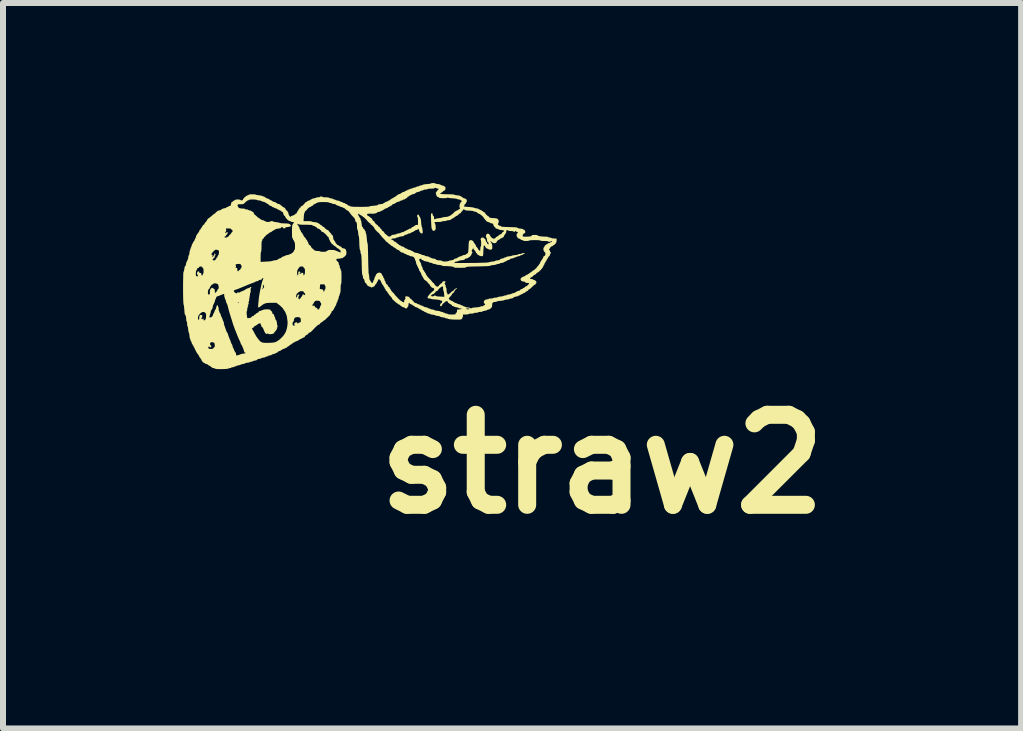
<source format=kicad_pcb>
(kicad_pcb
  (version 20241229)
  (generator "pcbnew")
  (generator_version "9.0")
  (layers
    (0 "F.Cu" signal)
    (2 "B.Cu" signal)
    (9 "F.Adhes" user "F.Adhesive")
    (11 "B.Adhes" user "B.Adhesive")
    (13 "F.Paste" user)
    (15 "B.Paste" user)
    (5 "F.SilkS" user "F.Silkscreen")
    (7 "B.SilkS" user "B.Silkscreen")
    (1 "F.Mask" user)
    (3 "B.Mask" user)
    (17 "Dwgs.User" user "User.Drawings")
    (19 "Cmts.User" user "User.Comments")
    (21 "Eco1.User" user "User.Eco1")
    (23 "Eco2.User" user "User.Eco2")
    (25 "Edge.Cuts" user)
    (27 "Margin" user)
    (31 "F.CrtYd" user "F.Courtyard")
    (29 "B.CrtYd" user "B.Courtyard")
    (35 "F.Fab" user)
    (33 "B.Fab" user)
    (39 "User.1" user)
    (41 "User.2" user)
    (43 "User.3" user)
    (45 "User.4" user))
  (footprint "straw2"
    (layer "F.Cu")
    (at 6.983 4.682)
    (property "Reference" "straw2" (at 0 0 0) (layer "F.SilkS") (effects (font (size 1.5 1.5) (thickness 0.3))))
    (attr board_only exclude_from_pos_files exclude_from_bom)
    (fp_poly (pts (xy -5.643 -2.958) (xy -5.642 -2.95) (xy -5.643 -2.949) (xy -5.647 -2.95) (xy -5.648 -2.953) (xy -5.645 -2.959)) (stroke (width 0) (type solid)) (fill yes) (layer "F.SilkS"))
    (fp_poly (pts (xy -5.045 -4.284) (xy -5.046 -4.279) (xy -5.05 -4.279) (xy -5.056 -4.282) (xy -5.055 -4.284) (xy -5.046 -4.285)) (stroke (width 0) (type solid)) (fill yes) (layer "F.SilkS"))
    (fp_poly (pts (xy -2.796 -4.681) (xy -2.783 -4.678) (xy -2.781 -4.676) (xy -2.774 -4.672) (xy -2.757 -4.668) (xy -2.74 -4.666) (xy -2.717 -4.663) (xy -2.7 -4.658) (xy -2.695 -4.654) (xy -2.685 -4.648) (xy -2.666 -4.642) (xy -2.661 -4.641) (xy -2.636 -4.633) (xy -2.618 -4.619) (xy -2.61 -4.601) (xy -2.611 -4.593) (xy -2.614 -4.576) (xy -2.615 -4.569) (xy -2.621 -4.561) (xy -2.625 -4.56) (xy -2.637 -4.555) (xy -2.653 -4.543) (xy -2.658 -4.538) (xy -2.674 -4.525) (xy -2.688 -4.517) (xy -2.691 -4.517) (xy -2.7 -4.513) (xy -2.701 -4.51) (xy -2.696 -4.505) (xy -2.68 -4.5) (xy -2.652 -4.497) (xy -2.611 -4.496) (xy -2.56 -4.495) (xy -2.525 -4.495) (xy -2.495 -4.493) (xy -2.474 -4.492) (xy -2.464 -4.489) (xy -2.464 -4.489) (xy -2.457 -4.485) (xy -2.44 -4.481) (xy -2.416 -4.478) (xy -2.415 -4.478) (xy -2.39 -4.475) (xy -2.372 -4.471) (xy -2.364 -4.466) (xy -2.364 -4.466) (xy -2.356 -4.46) (xy -2.351 -4.459) (xy -2.342 -4.455) (xy -2.341 -4.452) (xy -2.335 -4.445) (xy -2.33 -4.445) (xy -2.321 -4.441) (xy -2.32 -4.438) (xy -2.313 -4.433) (xy -2.298 -4.428) (xy -2.298 -4.428) (xy -2.278 -4.421) (xy -2.265 -4.413) (xy -2.258 -4.4) (xy -2.255 -4.385) (xy -2.256 -4.371) (xy -2.262 -4.365) (xy -2.268 -4.359) (xy -2.269 -4.351) (xy -2.274 -4.339) (xy -2.28 -4.337) (xy -2.289 -4.331) (xy -2.291 -4.322) (xy -2.294 -4.31) (xy -2.298 -4.308) (xy -2.305 -4.302) (xy -2.305 -4.298) (xy -2.301 -4.293) (xy -2.288 -4.29) (xy -2.265 -4.287) (xy -2.229 -4.284) (xy -2.225 -4.284) (xy -2.192 -4.281) (xy -2.165 -4.278) (xy -2.147 -4.275) (xy -2.14 -4.273) (xy -2.131 -4.269) (xy -2.113 -4.264) (xy -2.1 -4.262) (xy -2.079 -4.258) (xy -2.065 -4.253) (xy -2.061 -4.25) (xy -2.053 -4.244) (xy -2.045 -4.243) (xy -2.034 -4.24) (xy -2.031 -4.236) (xy -2.025 -4.23) (xy -2.019 -4.229) (xy -2.004 -4.223) (xy -1.993 -4.214) (xy -1.98 -4.203) (xy -1.97 -4.2) (xy -1.961 -4.196) (xy -1.959 -4.193) (xy -1.955 -4.184) (xy -1.943 -4.17) (xy -1.929 -4.154) (xy -1.916 -4.141) (xy -1.907 -4.135) (xy -1.906 -4.135) (xy -1.898 -4.13) (xy -1.886 -4.119) (xy -1.885 -4.118) (xy -1.875 -4.109) (xy -1.863 -4.103) (xy -1.844 -4.1) (xy -1.815 -4.098) (xy -1.81 -4.098) (xy -1.78 -4.096) (xy -1.761 -4.093) (xy -1.748 -4.088) (xy -1.738 -4.08) (xy -1.736 -4.077) (xy -1.725 -4.059) (xy -1.724 -4.037) (xy -1.724 -4.035) (xy -1.729 -4.017) (xy -1.736 -4.005) (xy -1.737 -4.005) (xy -1.739 -3.997) (xy -1.732 -3.986) (xy -1.719 -3.976) (xy -1.705 -3.97) (xy -1.701 -3.969) (xy -1.688 -3.965) (xy -1.684 -3.961) (xy -1.678 -3.957) (xy -1.661 -3.954) (xy -1.633 -3.952) (xy -1.592 -3.95) (xy -1.546 -3.949) (xy -1.496 -3.947) (xy -1.459 -3.946) (xy -1.433 -3.944) (xy -1.418 -3.941) (xy -1.412 -3.938) (xy -1.412 -3.937) (xy -1.405 -3.931) (xy -1.385 -3.926) (xy -1.368 -3.924) (xy -1.344 -3.921) (xy -1.326 -3.917) (xy -1.319 -3.913) (xy -1.309 -3.906) (xy -1.3 -3.903) (xy -1.291 -3.896) (xy -1.284 -3.882) (xy -1.282 -3.865) (xy -1.285 -3.852) (xy -1.292 -3.847) (xy -1.308 -3.84) (xy -1.321 -3.825) (xy -1.325 -3.807) (xy -1.325 -3.798) (xy -1.32 -3.792) (xy -1.31 -3.79) (xy -1.289 -3.789) (xy -1.272 -3.789) (xy -1.227 -3.79) (xy -1.196 -3.794) (xy -1.179 -3.801) (xy -1.174 -3.808) (xy -1.17 -3.814) (xy -1.157 -3.817) (xy -1.133 -3.818) (xy -1.124 -3.818) (xy -1.096 -3.817) (xy -1.08 -3.814) (xy -1.074 -3.81) (xy -1.073 -3.808) (xy -1.067 -3.803) (xy -1.048 -3.798) (xy -1.02 -3.794) (xy -0.985 -3.791) (xy -0.946 -3.789) (xy -0.932 -3.789) (xy -0.913 -3.788) (xy -0.902 -3.784) (xy -0.9 -3.782) (xy -0.894 -3.777) (xy -0.879 -3.775) (xy -0.875 -3.775) (xy -0.859 -3.773) (xy -0.85 -3.769) (xy -0.85 -3.768) (xy -0.843 -3.764) (xy -0.826 -3.761) (xy -0.805 -3.759) (xy -0.76 -3.757) (xy -0.76 -3.724) (xy -0.763 -3.699) (xy -0.773 -3.68) (xy -0.783 -3.668) (xy -0.798 -3.654) (xy -0.81 -3.646) (xy -0.813 -3.645) (xy -0.821 -3.64) (xy -0.821 -3.638) (xy -0.827 -3.632) (xy -0.834 -3.631) (xy -0.848 -3.625) (xy -0.862 -3.613) (xy -0.871 -3.599) (xy -0.872 -3.595) (xy -0.877 -3.588) (xy -0.879 -3.587) (xy -0.885 -3.582) (xy -0.886 -3.577) (xy -0.882 -3.567) (xy -0.879 -3.566) (xy -0.873 -3.56) (xy -0.872 -3.551) (xy -0.869 -3.54) (xy -0.864 -3.537) (xy -0.859 -3.531) (xy -0.857 -3.519) (xy -0.86 -3.505) (xy -0.864 -3.501) (xy -0.87 -3.495) (xy -0.872 -3.483) (xy -0.877 -3.467) (xy -0.886 -3.461) (xy -0.898 -3.452) (xy -0.9 -3.443) (xy -0.905 -3.429) (xy -0.911 -3.424) (xy -0.92 -3.415) (xy -0.926 -3.4) (xy -0.931 -3.385) (xy -0.937 -3.379) (xy -0.943 -3.373) (xy -0.944 -3.368) (xy -0.947 -3.358) (xy -0.95 -3.357) (xy -0.956 -3.351) (xy -0.962 -3.336) (xy -0.962 -3.335) (xy -0.967 -3.32) (xy -0.972 -3.314) (xy -0.972 -3.314) (xy -0.978 -3.307) (xy -0.983 -3.292) (xy -0.984 -3.291) (xy -0.991 -3.276) (xy -1.006 -3.256) (xy -1.025 -3.234) (xy -1.045 -3.214) (xy -1.063 -3.199) (xy -1.077 -3.191) (xy -1.079 -3.191) (xy -1.088 -3.186) (xy -1.099 -3.173) (xy -1.099 -3.173) (xy -1.112 -3.16) (xy -1.124 -3.155) (xy -1.136 -3.15) (xy -1.148 -3.137) (xy -1.161 -3.124) (xy -1.172 -3.119) (xy -1.181 -3.115) (xy -1.181 -3.112) (xy -1.187 -3.106) (xy -1.192 -3.105) (xy -1.202 -3.099) (xy -1.203 -3.094) (xy -1.198 -3.086) (xy -1.18 -3.083) (xy -1.178 -3.083) (xy -1.161 -3.081) (xy -1.153 -3.077) (xy -1.153 -3.076) (xy -1.147 -3.07) (xy -1.139 -3.069) (xy -1.121 -3.063) (xy -1.105 -3.049) (xy -1.096 -3.031) (xy -1.095 -3.026) (xy -1.098 -3.014) (xy -1.102 -3.011) (xy -1.109 -3.005) (xy -1.109 -3) (xy -1.115 -2.991) (xy -1.12 -2.99) (xy -1.131 -2.985) (xy -1.147 -2.972) (xy -1.166 -2.953) (xy -1.17 -2.95) (xy -1.189 -2.931) (xy -1.207 -2.917) (xy -1.218 -2.91) (xy -1.219 -2.91) (xy -1.23 -2.904) (xy -1.234 -2.896) (xy -1.243 -2.884) (xy -1.251 -2.881) (xy -1.266 -2.876) (xy -1.275 -2.867) (xy -1.289 -2.855) (xy -1.305 -2.849) (xy -1.32 -2.844) (xy -1.325 -2.838) (xy -1.332 -2.833) (xy -1.347 -2.828) (xy -1.347 -2.827) (xy -1.362 -2.822) (xy -1.369 -2.816) (xy -1.369 -2.816) (xy -1.375 -2.811) (xy -1.383 -2.809) (xy -1.395 -2.807) (xy -1.398 -2.803) (xy -1.404 -2.798) (xy -1.42 -2.794) (xy -1.434 -2.791) (xy -1.454 -2.787) (xy -1.467 -2.783) (xy -1.47 -2.78) (xy -1.475 -2.774) (xy -1.48 -2.773) (xy -1.49 -2.77) (xy -1.491 -2.766) (xy -1.497 -2.761) (xy -1.513 -2.759) (xy -1.516 -2.759) (xy -1.533 -2.757) (xy -1.541 -2.753) (xy -1.542 -2.753) (xy -1.548 -2.749) (xy -1.565 -2.745) (xy -1.588 -2.741) (xy -1.612 -2.738) (xy -1.629 -2.734) (xy -1.635 -2.73) (xy -1.642 -2.727) (xy -1.66 -2.724) (xy -1.685 -2.721) (xy -1.696 -2.72) (xy -1.724 -2.717) (xy -1.745 -2.713) (xy -1.757 -2.709) (xy -1.758 -2.708) (xy -1.764 -2.704) (xy -1.78 -2.702) (xy -1.786 -2.701) (xy -1.805 -2.7) (xy -1.815 -2.696) (xy -1.815 -2.694) (xy -1.821 -2.687) (xy -1.824 -2.687) (xy -1.831 -2.68) (xy -1.833 -2.659) (xy -1.833 -2.652) (xy -1.835 -2.628) (xy -1.843 -2.61) (xy -1.853 -2.598) (xy -1.873 -2.583) (xy -1.896 -2.574) (xy -1.898 -2.574) (xy -1.915 -2.57) (xy -1.923 -2.565) (xy -1.923 -2.564) (xy -1.93 -2.56) (xy -1.946 -2.556) (xy -1.959 -2.554) (xy -1.98 -2.55) (xy -1.993 -2.545) (xy -1.995 -2.542) (xy -2.002 -2.538) (xy -2.018 -2.536) (xy -2.031 -2.536) (xy -2.052 -2.534) (xy -2.065 -2.531) (xy -2.067 -2.528) (xy -2.074 -2.524) (xy -2.09 -2.522) (xy -2.103 -2.521) (xy -2.124 -2.52) (xy -2.137 -2.517) (xy -2.139 -2.514) (xy -2.146 -2.51) (xy -2.163 -2.508) (xy -2.183 -2.507) (xy -2.206 -2.506) (xy -2.221 -2.503) (xy -2.226 -2.5) (xy -2.233 -2.496) (xy -2.25 -2.493) (xy -2.273 -2.492) (xy -2.32 -2.492) (xy -2.32 -2.467) (xy -2.321 -2.451) (xy -2.326 -2.442) (xy -2.327 -2.442) (xy -2.333 -2.436) (xy -2.334 -2.428) (xy -2.338 -2.417) (xy -2.353 -2.411) (xy -2.36 -2.409) (xy -2.379 -2.407) (xy -2.406 -2.407) (xy -2.438 -2.407) (xy -2.472 -2.408) (xy -2.505 -2.41) (xy -2.535 -2.413) (xy -2.557 -2.416) (xy -2.569 -2.419) (xy -2.57 -2.42) (xy -2.579 -2.426) (xy -2.594 -2.428) (xy -2.609 -2.429) (xy -2.615 -2.434) (xy -2.621 -2.438) (xy -2.638 -2.442) (xy -2.658 -2.445) (xy -2.681 -2.449) (xy -2.697 -2.454) (xy -2.703 -2.458) (xy -2.711 -2.463) (xy -2.729 -2.467) (xy -2.743 -2.469) (xy -2.764 -2.472) (xy -2.778 -2.476) (xy -2.781 -2.478) (xy -2.787 -2.482) (xy -2.804 -2.486) (xy -2.824 -2.489) (xy -2.847 -2.492) (xy -2.862 -2.497) (xy -2.867 -2.5) (xy -2.873 -2.505) (xy -2.888 -2.507) (xy -2.889 -2.507) (xy -2.904 -2.509) (xy -2.91 -2.514) (xy -2.91 -2.514) (xy -2.916 -2.52) (xy -2.925 -2.521) (xy -2.936 -2.524) (xy -2.939 -2.528) (xy -2.945 -2.534) (xy -2.953 -2.536) (xy -2.965 -2.538) (xy -2.968 -2.542) (xy -2.974 -2.548) (xy -2.989 -2.554) (xy -3.005 -2.56) (xy -3.014 -2.569) (xy -3.024 -2.577) (xy -3.033 -2.579) (xy -3.044 -2.582) (xy -3.047 -2.586) (xy -3.053 -2.592) (xy -3.058 -2.593) (xy -3.068 -2.597) (xy -3.069 -2.6) (xy -3.075 -2.605) (xy -3.091 -2.61) (xy -3.094 -2.611) (xy -3.111 -2.616) (xy -3.119 -2.621) (xy -3.119 -2.622) (xy -3.125 -2.629) (xy -3.13 -2.629) (xy -3.14 -2.633) (xy -3.141 -2.637) (xy -3.147 -2.643) (xy -3.152 -2.644) (xy -3.161 -2.647) (xy -3.162 -2.65) (xy -3.169 -2.656) (xy -3.183 -2.662) (xy -3.2 -2.668) (xy -3.208 -2.677) (xy -3.215 -2.687) (xy -3.222 -2.684) (xy -3.226 -2.671) (xy -3.227 -2.658) (xy -3.229 -2.64) (xy -3.232 -2.63) (xy -3.234 -2.629) (xy -3.24 -2.623) (xy -3.245 -2.611) (xy -3.253 -2.597) (xy -3.267 -2.593) (xy -3.28 -2.596) (xy -3.285 -2.6) (xy -3.291 -2.606) (xy -3.307 -2.611) (xy -3.31 -2.612) (xy -3.327 -2.617) (xy -3.335 -2.622) (xy -3.335 -2.623) (xy -3.341 -2.629) (xy -3.343 -2.629) (xy -3.354 -2.634) (xy -3.363 -2.643) (xy -3.379 -2.656) (xy -3.391 -2.661) (xy -3.404 -2.668) (xy -3.407 -2.673) (xy -3.413 -2.679) (xy -3.416 -2.68) (xy -3.426 -2.684) (xy -3.44 -2.696) (xy -3.444 -2.7) (xy -3.462 -2.717) (xy -3.481 -2.733) (xy -3.482 -2.734) (xy -3.495 -2.747) (xy -3.501 -2.757) (xy -3.501 -2.758) (xy -3.505 -2.769) (xy -3.517 -2.784) (xy -3.521 -2.788) (xy -3.541 -2.81) (xy -3.553 -2.824) (xy -3.558 -2.833) (xy -3.559 -2.837) (xy -3.564 -2.845) (xy -3.569 -2.848) (xy -3.578 -2.858) (xy -3.58 -2.866) (xy -3.586 -2.879) (xy -3.595 -2.884) (xy -3.607 -2.893) (xy -3.609 -2.902) (xy -3.612 -2.914) (xy -3.616 -2.917) (xy -3.623 -2.923) (xy -3.623 -2.928) (xy -3.628 -2.941) (xy -3.633 -2.948) (xy -3.644 -2.963) (xy -3.648 -2.974) (xy -3.655 -2.986) (xy -3.66 -2.99) (xy -3.666 -2.995) (xy -3.667 -3) (xy -3.67 -3.01) (xy -3.673 -3.011) (xy -3.678 -3.017) (xy -3.683 -3.033) (xy -3.684 -3.036) (xy -3.69 -3.054) (xy -3.699 -3.062) (xy -3.699 -3.062) (xy -3.709 -3.067) (xy -3.71 -3.072) (xy -3.713 -3.082) (xy -3.721 -3.082) (xy -3.73 -3.074) (xy -3.735 -3.062) (xy -3.74 -3.046) (xy -3.746 -3.04) (xy -3.746 -3.04) (xy -3.752 -3.034) (xy -3.753 -3.028) (xy -3.758 -3.015) (xy -3.77 -3.001) (xy -3.77 -3) (xy -3.783 -2.985) (xy -3.79 -2.971) (xy -3.799 -2.959) (xy -3.811 -2.955) (xy -3.827 -2.95) (xy -3.834 -2.944) (xy -3.841 -2.939) (xy -3.845 -2.943) (xy -3.855 -2.95) (xy -3.873 -2.956) (xy -3.875 -2.956) (xy -3.896 -2.964) (xy -3.915 -2.979) (xy -3.925 -2.995) (xy -3.926 -3.001) (xy -3.932 -3.01) (xy -3.94 -3.015) (xy -3.951 -3.023) (xy -3.957 -3.043) (xy -3.959 -3.051) (xy -3.964 -3.072) (xy -3.971 -3.082) (xy -3.973 -3.083) (xy -3.98 -3.09) (xy -3.985 -3.109) (xy -3.987 -3.119) (xy -3.991 -3.14) (xy -3.995 -3.153) (xy -3.998 -3.155) (xy -3.999 -3.162) (xy -4.001 -3.181) (xy -4.003 -3.211) (xy -4.005 -3.249) (xy -4.006 -3.294) (xy -4.007 -3.326) (xy -4.008 -3.387) (xy -4.01 -3.435) (xy -4.013 -3.469) (xy -4.015 -3.49) (xy -4.018 -3.499) (xy -4.019 -3.499) (xy -4.024 -3.508) (xy -4.027 -3.525) (xy -4.027 -3.533) (xy -4.029 -3.553) (xy -4.033 -3.565) (xy -4.035 -3.567) (xy -4.039 -3.576) (xy -4.042 -3.598) (xy -4.045 -3.634) (xy -4.047 -3.682) (xy -4.047 -3.683) (xy -4.048 -3.722) (xy -4.05 -3.755) (xy -4.052 -3.779) (xy -4.054 -3.794) (xy -4.056 -3.796) (xy -4.059 -3.803) (xy -4.062 -3.82) (xy -4.065 -3.845) (xy -4.065 -3.848) (xy -4.068 -3.874) (xy -4.072 -3.894) (xy -4.077 -3.903) (xy -4.077 -3.903) (xy -4.081 -3.911) (xy -4.084 -3.93) (xy -4.085 -3.954) (xy -4.086 -3.992) (xy -4.09 -4.018) (xy -4.096 -4.031) (xy -4.102 -4.034) (xy -4.109 -4.04) (xy -4.114 -4.057) (xy -4.115 -4.062) (xy -4.12 -4.082) (xy -4.131 -4.1) (xy -4.152 -4.122) (xy -4.156 -4.126) (xy -4.174 -4.145) (xy -4.187 -4.161) (xy -4.191 -4.167) (xy -4.067 -4.167) (xy -4.066 -4.155) (xy -4.06 -4.141) (xy -4.056 -4.135) (xy -4.05 -4.126) (xy -4.045 -4.115) (xy -4.039 -4.103) (xy -4.034 -4.099) (xy -4.028 -4.093) (xy -4.027 -4.081) (xy -4.025 -4.067) (xy -4.02 -4.063) (xy -4.017 -4.056) (xy -4.013 -4.039) (xy -4.01 -4.014) (xy -4.009 -4.009) (xy -4.005 -3.976) (xy -3.999 -3.957) (xy -3.994 -3.952) (xy -3.985 -3.942) (xy -3.984 -3.933) (xy -3.979 -3.922) (xy -3.973 -3.919) (xy -3.963 -3.913) (xy -3.958 -3.901) (xy -3.952 -3.887) (xy -3.947 -3.883) (xy -3.942 -3.876) (xy -3.94 -3.861) (xy -3.94 -3.861) (xy -3.939 -3.846) (xy -3.934 -3.84) (xy -3.934 -3.84) (xy -3.931 -3.833) (xy -3.928 -3.815) (xy -3.925 -3.788) (xy -3.922 -3.762) (xy -3.92 -3.73) (xy -3.916 -3.704) (xy -3.913 -3.686) (xy -3.91 -3.68) (xy -3.908 -3.672) (xy -3.906 -3.65) (xy -3.904 -3.616) (xy -3.903 -3.571) (xy -3.901 -3.516) (xy -3.9 -3.452) (xy -3.899 -3.424) (xy -3.898 -3.366) (xy -3.897 -3.312) (xy -3.895 -3.264) (xy -3.894 -3.224) (xy -3.893 -3.194) (xy -3.891 -3.175) (xy -3.89 -3.17) (xy -3.887 -3.161) (xy -3.884 -3.142) (xy -3.881 -3.117) (xy -3.881 -3.116) (xy -3.879 -3.088) (xy -3.874 -3.07) (xy -3.87 -3.063) (xy -3.862 -3.054) (xy -3.861 -3.05) (xy -3.857 -3.041) (xy -3.854 -3.04) (xy -3.848 -3.034) (xy -3.847 -3.029) (xy -3.841 -3.02) (xy -3.833 -3.018) (xy -3.822 -3.023) (xy -3.816 -3.039) (xy -3.815 -3.044) (xy -3.81 -3.06) (xy -3.805 -3.069) (xy -3.804 -3.069) (xy -3.799 -3.075) (xy -3.795 -3.091) (xy -3.794 -3.098) (xy -3.789 -3.116) (xy -3.784 -3.126) (xy -3.782 -3.126) (xy -3.776 -3.132) (xy -3.775 -3.14) (xy -3.768 -3.159) (xy -3.752 -3.176) (xy -3.731 -3.188) (xy -3.715 -3.191) (xy -3.693 -3.186) (xy -3.675 -3.172) (xy -3.667 -3.154) (xy -3.667 -3.152) (xy -3.663 -3.142) (xy -3.66 -3.141) (xy -3.654 -3.135) (xy -3.649 -3.12) (xy -3.649 -3.119) (xy -3.644 -3.104) (xy -3.638 -3.098) (xy -3.638 -3.098) (xy -3.633 -3.091) (xy -3.628 -3.076) (xy -3.628 -3.072) (xy -3.623 -3.056) (xy -3.617 -3.047) (xy -3.616 -3.047) (xy -3.61 -3.041) (xy -3.609 -3.031) (xy -3.604 -3.009) (xy -3.59 -2.996) (xy -3.586 -2.995) (xy -3.575 -2.984) (xy -3.573 -2.976) (xy -3.567 -2.962) (xy -3.559 -2.957) (xy -3.547 -2.947) (xy -3.541 -2.935) (xy -3.535 -2.922) (xy -3.53 -2.917) (xy -3.524 -2.912) (xy -3.523 -2.906) (xy -3.518 -2.894) (xy -3.505 -2.878) (xy -3.494 -2.866) (xy -3.478 -2.85) (xy -3.467 -2.839) (xy -3.465 -2.835) (xy -3.46 -2.828) (xy -3.449 -2.814) (xy -3.438 -2.802) (xy -3.417 -2.78) (xy -3.396 -2.757) (xy -3.388 -2.749) (xy -3.371 -2.733) (xy -3.355 -2.722) (xy -3.351 -2.72) (xy -3.339 -2.713) (xy -3.335 -2.708) (xy -3.329 -2.703) (xy -3.321 -2.701) (xy -3.308 -2.697) (xy -3.304 -2.692) (xy -3.302 -2.693) (xy -3.3 -2.704) (xy -3.3 -2.71) (xy -3.298 -2.728) (xy -3.293 -2.737) (xy -3.292 -2.737) (xy -3.286 -2.743) (xy -3.285 -2.748) (xy -3.279 -2.76) (xy -3.276 -2.762) (xy -3.271 -2.767) (xy -3.276 -2.77) (xy -3.286 -2.779) (xy -3.283 -2.788) (xy -3.271 -2.794) (xy -3.257 -2.795) (xy -3.233 -2.791) (xy -3.215 -2.782) (xy -3.206 -2.768) (xy -3.206 -2.766) (xy -3.2 -2.759) (xy -3.198 -2.759) (xy -3.19 -2.754) (xy -3.176 -2.742) (xy -3.159 -2.726) (xy -3.145 -2.71) (xy -3.135 -2.698) (xy -3.134 -2.694) (xy -3.127 -2.689) (xy -3.112 -2.685) (xy -3.108 -2.684) (xy -3.092 -2.679) (xy -3.083 -2.674) (xy -3.083 -2.673) (xy -3.077 -2.668) (xy -3.061 -2.663) (xy -3.058 -2.662) (xy -3.041 -2.657) (xy -3.033 -2.652) (xy -3.033 -2.651) (xy -3.027 -2.645) (xy -3.015 -2.644) (xy -3.001 -2.641) (xy -2.997 -2.637) (xy -2.991 -2.631) (xy -2.982 -2.629) (xy -2.971 -2.627) (xy -2.968 -2.623) (xy -2.961 -2.618) (xy -2.945 -2.614) (xy -2.937 -2.613) (xy -2.918 -2.609) (xy -2.906 -2.603) (xy -2.904 -2.601) (xy -2.896 -2.595) (xy -2.884 -2.593) (xy -2.871 -2.591) (xy -2.867 -2.587) (xy -2.861 -2.583) (xy -2.844 -2.578) (xy -2.831 -2.576) (xy -2.811 -2.572) (xy -2.797 -2.568) (xy -2.795 -2.565) (xy -2.788 -2.561) (xy -2.771 -2.557) (xy -2.747 -2.554) (xy -2.745 -2.554) (xy -2.72 -2.55) (xy -2.702 -2.546) (xy -2.694 -2.542) (xy -2.694 -2.542) (xy -2.688 -2.538) (xy -2.673 -2.536) (xy -2.673 -2.536) (xy -2.657 -2.534) (xy -2.651 -2.529) (xy -2.651 -2.528) (xy -2.645 -2.523) (xy -2.633 -2.521) (xy -2.619 -2.519) (xy -2.615 -2.514) (xy -2.609 -2.509) (xy -2.594 -2.507) (xy -2.593 -2.507) (xy -2.578 -2.505) (xy -2.572 -2.5) (xy -2.572 -2.5) (xy -2.565 -2.496) (xy -2.546 -2.494) (xy -2.518 -2.493) (xy -2.507 -2.492) (xy -2.476 -2.493) (xy -2.457 -2.494) (xy -2.447 -2.496) (xy -2.443 -2.501) (xy -2.442 -2.507) (xy -2.438 -2.519) (xy -2.432 -2.521) (xy -2.423 -2.528) (xy -2.419 -2.548) (xy -2.419 -2.548) (xy -2.417 -2.575) (xy -2.379 -2.577) (xy -2.357 -2.58) (xy -2.344 -2.585) (xy -2.343 -2.586) (xy -2.269 -2.586) (xy -2.263 -2.582) (xy -2.247 -2.579) (xy -2.24 -2.579) (xy -2.222 -2.58) (xy -2.212 -2.584) (xy -2.212 -2.586) (xy -2.218 -2.591) (xy -2.234 -2.593) (xy -2.24 -2.593) (xy -2.258 -2.592) (xy -2.268 -2.588) (xy -2.269 -2.586) (xy -2.343 -2.586) (xy -2.342 -2.589) (xy -2.352 -2.593) (xy -2.366 -2.593) (xy -2.383 -2.595) (xy -2.391 -2.599) (xy -2.392 -2.6) (xy -2.398 -2.605) (xy -2.415 -2.61) (xy -2.428 -2.612) (xy -2.448 -2.616) (xy -2.461 -2.62) (xy -2.464 -2.623) (xy -2.47 -2.628) (xy -2.481 -2.629) (xy -2.498 -2.635) (xy -2.503 -2.644) (xy -2.511 -2.655) (xy -2.517 -2.658) (xy -2.529 -2.663) (xy -2.543 -2.673) (xy -2.557 -2.683) (xy -2.566 -2.687) (xy -2.571 -2.693) (xy -2.572 -2.701) (xy -2.576 -2.713) (xy -2.589 -2.716) (xy -2.604 -2.711) (xy -2.623 -2.698) (xy -2.643 -2.681) (xy -2.66 -2.663) (xy -2.671 -2.647) (xy -2.673 -2.641) (xy -2.679 -2.631) (xy -2.687 -2.629) (xy -2.699 -2.634) (xy -2.701 -2.643) (xy -2.698 -2.665) (xy -2.689 -2.678) (xy -2.683 -2.68) (xy -2.673 -2.683) (xy -2.672 -2.685) (xy -2.671 -2.696) (xy -2.668 -2.707) (xy -2.667 -2.719) (xy -2.676 -2.723) (xy -2.682 -2.723) (xy -2.697 -2.726) (xy -2.703 -2.731) (xy -2.711 -2.735) (xy -2.731 -2.738) (xy -2.76 -2.741) (xy -2.779 -2.743) (xy -2.81 -2.745) (xy -2.834 -2.748) (xy -2.849 -2.751) (xy -2.853 -2.753) (xy -2.859 -2.757) (xy -2.875 -2.759) (xy -2.881 -2.759) (xy -2.902 -2.762) (xy -2.911 -2.771) (xy -2.908 -2.786) (xy -2.898 -2.802) (xy -2.853 -2.802) (xy -2.846 -2.797) (xy -2.831 -2.795) (xy -2.827 -2.795) (xy -2.811 -2.797) (xy -2.802 -2.801) (xy -2.802 -2.802) (xy -2.796 -2.808) (xy -2.788 -2.809) (xy -2.776 -2.807) (xy -2.773 -2.803) (xy -2.769 -2.799) (xy -2.756 -2.796) (xy -2.733 -2.793) (xy -2.698 -2.791) (xy -2.66 -2.789) (xy -2.629 -2.788) (xy -2.634 -2.836) (xy -2.637 -2.861) (xy -2.641 -2.88) (xy -2.645 -2.887) (xy -2.645 -2.887) (xy -2.648 -2.895) (xy -2.651 -2.913) (xy -2.651 -2.926) (xy -2.651 -2.947) (xy -2.654 -2.957) (xy -2.66 -2.959) (xy -2.669 -2.958) (xy -2.686 -2.949) (xy -2.706 -2.933) (xy -2.725 -2.915) (xy -2.738 -2.897) (xy -2.74 -2.893) (xy -2.75 -2.884) (xy -2.759 -2.881) (xy -2.771 -2.879) (xy -2.773 -2.875) (xy -2.779 -2.864) (xy -2.791 -2.85) (xy -2.806 -2.838) (xy -2.818 -2.831) (xy -2.819 -2.831) (xy -2.833 -2.826) (xy -2.846 -2.815) (xy -2.853 -2.803) (xy -2.853 -2.802) (xy -2.898 -2.802) (xy -2.894 -2.808) (xy -2.867 -2.838) (xy -2.864 -2.842) (xy -2.843 -2.862) (xy -2.825 -2.878) (xy -2.814 -2.887) (xy -2.811 -2.889) (xy -2.803 -2.895) (xy -2.799 -2.908) (xy -2.8 -2.923) (xy -2.809 -2.931) (xy -2.816 -2.932) (xy -2.83 -2.937) (xy -2.847 -2.949) (xy -2.861 -2.963) (xy -2.867 -2.976) (xy -2.867 -2.977) (xy -2.873 -2.987) (xy -2.886 -3.001) (xy -2.889 -3.004) (xy -2.903 -3.017) (xy -2.91 -3.028) (xy -2.91 -3.03) (xy -2.916 -3.039) (xy -2.925 -3.044) (xy -2.936 -3.05) (xy -2.939 -3.054) (xy -2.945 -3.061) (xy -2.953 -3.065) (xy -2.967 -3.075) (xy -2.972 -3.085) (xy -2.981 -3.102) (xy -2.987 -3.11) (xy -2.995 -3.124) (xy -2.997 -3.13) (xy -3 -3.14) (xy -3.003 -3.141) (xy -3.009 -3.147) (xy -3.014 -3.163) (xy -3.014 -3.166) (xy -3.019 -3.183) (xy -3.025 -3.191) (xy -3.026 -3.191) (xy -3.032 -3.197) (xy -3.033 -3.202) (xy -3.036 -3.212) (xy -3.04 -3.213) (xy -3.045 -3.219) (xy -3.051 -3.235) (xy -3.051 -3.238) (xy -3.056 -3.255) (xy -3.061 -3.263) (xy -3.062 -3.263) (xy -3.068 -3.269) (xy -3.069 -3.278) (xy -3.072 -3.289) (xy -3.076 -3.292) (xy -3.082 -3.298) (xy -3.083 -3.306) (xy -3.086 -3.318) (xy -3.09 -3.321) (xy -3.094 -3.327) (xy -3.099 -3.344) (xy -3.101 -3.357) (xy -3.105 -3.377) (xy -3.11 -3.39) (xy -3.113 -3.393) (xy -3.118 -3.399) (xy -3.118 -3.4) (xy -3.047 -3.4) (xy -3.045 -3.385) (xy -3.04 -3.379) (xy -3.04 -3.379) (xy -3.034 -3.373) (xy -3.033 -3.368) (xy -3.029 -3.358) (xy -3.026 -3.357) (xy -3.022 -3.35) (xy -3.017 -3.334) (xy -3.015 -3.324) (xy -3.011 -3.305) (xy -3.006 -3.294) (xy -3.004 -3.292) (xy -2.999 -3.286) (xy -2.994 -3.27) (xy -2.993 -3.264) (xy -2.988 -3.245) (xy -2.98 -3.233) (xy -2.978 -3.232) (xy -2.969 -3.222) (xy -2.968 -3.217) (xy -2.964 -3.207) (xy -2.961 -3.206) (xy -2.954 -3.2) (xy -2.953 -3.195) (xy -2.95 -3.185) (xy -2.946 -3.184) (xy -2.94 -3.178) (xy -2.939 -3.17) (xy -2.936 -3.158) (xy -2.932 -3.155) (xy -2.925 -3.149) (xy -2.925 -3.144) (xy -2.92 -3.135) (xy -2.907 -3.119) (xy -2.888 -3.098) (xy -2.874 -3.084) (xy -2.853 -3.062) (xy -2.836 -3.043) (xy -2.826 -3.03) (xy -2.824 -3.026) (xy -2.818 -3.019) (xy -2.813 -3.018) (xy -2.803 -3.013) (xy -2.802 -3.009) (xy -2.797 -2.997) (xy -2.79 -2.988) (xy -2.775 -2.973) (xy -2.767 -2.964) (xy -2.755 -2.958) (xy -2.738 -2.958) (xy -2.726 -2.965) (xy -2.724 -2.968) (xy -2.716 -2.981) (xy -2.701 -2.996) (xy -2.685 -3.009) (xy -2.678 -3.013) (xy -2.667 -3.022) (xy -2.665 -3.028) (xy -2.659 -3.04) (xy -2.641 -3.046) (xy -2.626 -3.047) (xy -2.614 -3.045) (xy -2.612 -3.035) (xy -2.613 -3.031) (xy -2.62 -3.016) (xy -2.625 -3.009) (xy -2.627 -3.002) (xy -2.62 -2.996) (xy -2.61 -2.982) (xy -2.608 -2.964) (xy -2.606 -2.947) (xy -2.601 -2.939) (xy -2.601 -2.939) (xy -2.597 -2.933) (xy -2.594 -2.915) (xy -2.593 -2.896) (xy -2.592 -2.873) (xy -2.589 -2.857) (xy -2.586 -2.853) (xy -2.58 -2.847) (xy -2.579 -2.838) (xy -2.575 -2.826) (xy -2.564 -2.826) (xy -2.546 -2.837) (xy -2.525 -2.856) (xy -2.507 -2.873) (xy -2.491 -2.885) (xy -2.482 -2.889) (xy -2.472 -2.894) (xy -2.471 -2.9) (xy -2.465 -2.911) (xy -2.456 -2.915) (xy -2.445 -2.921) (xy -2.442 -2.926) (xy -2.436 -2.931) (xy -2.431 -2.932) (xy -2.422 -2.928) (xy -2.42 -2.925) (xy -2.426 -2.918) (xy -2.432 -2.917) (xy -2.443 -2.911) (xy -2.447 -2.903) (xy -2.453 -2.891) (xy -2.456 -2.889) (xy -2.462 -2.883) (xy -2.466 -2.871) (xy -2.475 -2.856) (xy -2.485 -2.849) (xy -2.498 -2.839) (xy -2.504 -2.829) (xy -2.512 -2.814) (xy -2.527 -2.796) (xy -2.533 -2.79) (xy -2.551 -2.769) (xy -2.556 -2.753) (xy -2.548 -2.743) (xy -2.543 -2.741) (xy -2.531 -2.735) (xy -2.528 -2.73) (xy -2.522 -2.725) (xy -2.507 -2.719) (xy -2.507 -2.719) (xy -2.492 -2.714) (xy -2.485 -2.708) (xy -2.485 -2.708) (xy -2.479 -2.702) (xy -2.474 -2.701) (xy -2.465 -2.698) (xy -2.464 -2.694) (xy -2.457 -2.689) (xy -2.442 -2.684) (xy -2.438 -2.683) (xy -2.422 -2.678) (xy -2.413 -2.673) (xy -2.413 -2.673) (xy -2.407 -2.668) (xy -2.391 -2.664) (xy -2.384 -2.663) (xy -2.366 -2.658) (xy -2.356 -2.653) (xy -2.356 -2.651) (xy -2.349 -2.645) (xy -2.338 -2.644) (xy -2.324 -2.641) (xy -2.32 -2.637) (xy -2.314 -2.631) (xy -2.306 -2.629) (xy -2.293 -2.626) (xy -2.29 -2.622) (xy -2.282 -2.618) (xy -2.264 -2.613) (xy -2.242 -2.61) (xy -2.219 -2.607) (xy -2.203 -2.603) (xy -2.197 -2.599) (xy -2.191 -2.594) (xy -2.186 -2.593) (xy -2.177 -2.597) (xy -2.175 -2.599) (xy -2.169 -2.603) (xy -2.151 -2.606) (xy -2.125 -2.609) (xy -2.105 -2.611) (xy -2.075 -2.613) (xy -2.051 -2.617) (xy -2.036 -2.62) (xy -2.033 -2.622) (xy -2.025 -2.627) (xy -2.008 -2.629) (xy -2.006 -2.629) (xy -1.989 -2.631) (xy -1.981 -2.636) (xy -1.981 -2.637) (xy -1.975 -2.643) (xy -1.973 -2.644) (xy -1.962 -2.648) (xy -1.956 -2.653) (xy -1.95 -2.662) (xy -1.957 -2.671) (xy -1.96 -2.673) (xy -1.972 -2.689) (xy -1.973 -2.707) (xy -1.964 -2.724) (xy -1.947 -2.738) (xy -1.924 -2.744) (xy -1.919 -2.745) (xy -1.902 -2.746) (xy -1.895 -2.751) (xy -1.895 -2.752) (xy -1.888 -2.756) (xy -1.871 -2.758) (xy -1.855 -2.759) (xy -1.833 -2.76) (xy -1.819 -2.763) (xy -1.815 -2.766) (xy -1.809 -2.77) (xy -1.792 -2.773) (xy -1.779 -2.773) (xy -1.759 -2.775) (xy -1.746 -2.778) (xy -1.743 -2.78) (xy -1.737 -2.784) (xy -1.719 -2.788) (xy -1.695 -2.792) (xy -1.693 -2.792) (xy -1.668 -2.795) (xy -1.65 -2.799) (xy -1.642 -2.803) (xy -1.642 -2.803) (xy -1.636 -2.807) (xy -1.621 -2.809) (xy -1.617 -2.809) (xy -1.601 -2.811) (xy -1.592 -2.815) (xy -1.592 -2.816) (xy -1.586 -2.82) (xy -1.569 -2.824) (xy -1.555 -2.826) (xy -1.533 -2.83) (xy -1.517 -2.834) (xy -1.513 -2.837) (xy -1.504 -2.842) (xy -1.486 -2.847) (xy -1.479 -2.849) (xy -1.46 -2.853) (xy -1.449 -2.859) (xy -1.448 -2.86) (xy -1.442 -2.866) (xy -1.437 -2.867) (xy -1.428 -2.871) (xy -1.426 -2.874) (xy -1.42 -2.879) (xy -1.404 -2.884) (xy -1.398 -2.885) (xy -1.379 -2.89) (xy -1.369 -2.898) (xy -1.369 -2.9) (xy -1.362 -2.908) (xy -1.347 -2.914) (xy -1.347 -2.914) (xy -1.332 -2.919) (xy -1.325 -2.925) (xy -1.325 -2.925) (xy -1.32 -2.931) (xy -1.315 -2.932) (xy -1.302 -2.937) (xy -1.291 -2.946) (xy -1.279 -2.957) (xy -1.27 -2.961) (xy -1.259 -2.966) (xy -1.244 -2.978) (xy -1.229 -2.993) (xy -1.219 -3.006) (xy -1.217 -3.011) (xy -1.224 -3.016) (xy -1.24 -3.018) (xy -1.25 -3.018) (xy -1.271 -3.02) (xy -1.281 -3.025) (xy -1.282 -3.029) (xy -1.287 -3.037) (xy -1.304 -3.04) (xy -1.309 -3.04) (xy -1.334 -3.045) (xy -1.353 -3.058) (xy -1.361 -3.076) (xy -1.361 -3.08) (xy -1.355 -3.095) (xy -1.34 -3.11) (xy -1.319 -3.122) (xy -1.311 -3.124) (xy -1.296 -3.129) (xy -1.289 -3.134) (xy -1.289 -3.134) (xy -1.284 -3.14) (xy -1.279 -3.141) (xy -1.269 -3.145) (xy -1.268 -3.148) (xy -1.262 -3.154) (xy -1.253 -3.155) (xy -1.242 -3.158) (xy -1.239 -3.162) (xy -1.233 -3.169) (xy -1.228 -3.17) (xy -1.219 -3.173) (xy -1.217 -3.176) (xy -1.211 -3.183) (xy -1.202 -3.188) (xy -1.186 -3.197) (xy -1.17 -3.21) (xy -1.157 -3.222) (xy -1.148 -3.227) (xy -1.147 -3.227) (xy -1.138 -3.232) (xy -1.124 -3.243) (xy -1.108 -3.257) (xy -1.094 -3.271) (xy -1.088 -3.28) (xy -1.088 -3.28) (xy -1.083 -3.288) (xy -1.071 -3.301) (xy -1.07 -3.302) (xy -1.057 -3.316) (xy -1.052 -3.326) (xy -1.052 -3.327) (xy -1.047 -3.335) (xy -1.045 -3.335) (xy -1.039 -3.341) (xy -1.034 -3.356) (xy -1.034 -3.357) (xy -1.028 -3.372) (xy -1.022 -3.378) (xy -1.022 -3.379) (xy -1.016 -3.384) (xy -1.016 -3.389) (xy -1.012 -3.399) (xy -1.009 -3.4) (xy -1.002 -3.406) (xy -1.001 -3.411) (xy -0.998 -3.421) (xy -0.995 -3.422) (xy -0.989 -3.428) (xy -0.983 -3.443) (xy -0.983 -3.443) (xy -0.978 -3.458) (xy -0.972 -3.465) (xy -0.971 -3.465) (xy -0.957 -3.471) (xy -0.948 -3.486) (xy -0.945 -3.505) (xy -0.95 -3.523) (xy -0.953 -3.526) (xy -0.969 -3.545) (xy -0.977 -3.56) (xy -0.979 -3.575) (xy -0.98 -3.584) (xy -0.978 -3.6) (xy -0.974 -3.609) (xy -0.973 -3.609) (xy -0.967 -3.615) (xy -0.962 -3.627) (xy -0.954 -3.642) (xy -0.944 -3.649) (xy -0.932 -3.655) (xy -0.929 -3.66) (xy -0.923 -3.666) (xy -0.918 -3.667) (xy -0.909 -3.671) (xy -0.908 -3.674) (xy -0.901 -3.679) (xy -0.89 -3.681) (xy -0.876 -3.683) (xy -0.872 -3.687) (xy -0.866 -3.694) (xy -0.854 -3.698) (xy -0.84 -3.705) (xy -0.836 -3.712) (xy -0.842 -3.717) (xy -0.846 -3.717) (xy -0.856 -3.713) (xy -0.857 -3.71) (xy -0.863 -3.705) (xy -0.879 -3.703) (xy -0.879 -3.703) (xy -0.894 -3.705) (xy -0.9 -3.71) (xy -0.9 -3.71) (xy -0.907 -3.713) (xy -0.926 -3.716) (xy -0.955 -3.717) (xy -0.965 -3.717) (xy -0.996 -3.718) (xy -1.019 -3.72) (xy -1.029 -3.723) (xy -1.03 -3.724) (xy -1.037 -3.727) (xy -1.057 -3.73) (xy -1.088 -3.731) (xy -1.124 -3.731) (xy -1.164 -3.731) (xy -1.194 -3.729) (xy -1.212 -3.727) (xy -1.217 -3.724) (xy -1.224 -3.721) (xy -1.242 -3.718) (xy -1.268 -3.717) (xy -1.268 -3.717) (xy -1.294 -3.718) (xy -1.312 -3.721) (xy -1.318 -3.724) (xy -1.318 -3.724) (xy -1.324 -3.73) (xy -1.332 -3.731) (xy -1.349 -3.736) (xy -1.357 -3.742) (xy -1.372 -3.752) (xy -1.39 -3.758) (xy -1.407 -3.765) (xy -1.412 -3.776) (xy -1.415 -3.787) (xy -1.419 -3.789) (xy -1.424 -3.795) (xy -1.426 -3.811) (xy -1.426 -3.814) (xy -1.425 -3.831) (xy -1.42 -3.839) (xy -1.419 -3.84) (xy -1.413 -3.845) (xy -1.412 -3.85) (xy -1.406 -3.861) (xy -1.403 -3.864) (xy -1.402 -3.866) (xy -1.413 -3.868) (xy -1.414 -3.868) (xy -1.428 -3.87) (xy -1.434 -3.876) (xy -1.439 -3.882) (xy -1.444 -3.883) (xy -1.454 -3.879) (xy -1.455 -3.876) (xy -1.461 -3.869) (xy -1.466 -3.868) (xy -1.476 -3.872) (xy -1.477 -3.876) (xy -1.483 -3.879) (xy -1.5 -3.882) (xy -1.52 -3.883) (xy -1.543 -3.884) (xy -1.559 -3.887) (xy -1.563 -3.89) (xy -1.569 -3.895) (xy -1.581 -3.897) (xy -1.593 -3.895) (xy -1.598 -3.887) (xy -1.599 -3.872) (xy -1.601 -3.855) (xy -1.605 -3.847) (xy -1.606 -3.847) (xy -1.613 -3.841) (xy -1.614 -3.836) (xy -1.619 -3.824) (xy -1.624 -3.821) (xy -1.632 -3.812) (xy -1.638 -3.796) (xy -1.645 -3.779) (xy -1.657 -3.775) (xy -1.668 -3.772) (xy -1.671 -3.767) (xy -1.677 -3.762) (xy -1.686 -3.76) (xy -1.7 -3.756) (xy -1.705 -3.749) (xy -1.713 -3.74) (xy -1.718 -3.739) (xy -1.732 -3.733) (xy -1.748 -3.719) (xy -1.759 -3.702) (xy -1.761 -3.697) (xy -1.771 -3.685) (xy -1.79 -3.68) (xy -1.811 -3.682) (xy -1.832 -3.693) (xy -1.841 -3.7) (xy -1.854 -3.711) (xy -1.863 -3.714) (xy -1.864 -3.714) (xy -1.864 -3.707) (xy -1.86 -3.705) (xy -1.852 -3.696) (xy -1.851 -3.692) (xy -1.847 -3.681) (xy -1.844 -3.68) (xy -1.839 -3.672) (xy -1.834 -3.654) (xy -1.831 -3.631) (xy -1.831 -3.608) (xy -1.833 -3.592) (xy -1.838 -3.579) (xy -1.848 -3.574) (xy -1.866 -3.573) (xy -1.884 -3.574) (xy -1.894 -3.578) (xy -1.895 -3.579) (xy -1.901 -3.585) (xy -1.916 -3.59) (xy -1.935 -3.599) (xy -1.942 -3.61) (xy -1.95 -3.627) (xy -1.96 -3.639) (xy -1.969 -3.643) (xy -1.972 -3.642) (xy -1.974 -3.633) (xy -1.976 -3.613) (xy -1.978 -3.585) (xy -1.98 -3.551) (xy -1.981 -3.514) (xy -1.983 -3.489) (xy -1.986 -3.474) (xy -1.989 -3.466) (xy -1.994 -3.464) (xy -2.024 -3.465) (xy -2.046 -3.472) (xy -2.051 -3.476) (xy -2.064 -3.485) (xy -2.071 -3.487) (xy -2.081 -3.493) (xy -2.085 -3.501) (xy -2.092 -3.513) (xy -2.097 -3.515) (xy -2.103 -3.521) (xy -2.103 -3.526) (xy -2.108 -3.538) (xy -2.12 -3.553) (xy -2.12 -3.553) (xy -2.133 -3.569) (xy -2.141 -3.582) (xy -2.15 -3.593) (xy -2.158 -3.592) (xy -2.161 -3.58) (xy -2.164 -3.568) (xy -2.168 -3.566) (xy -2.174 -3.56) (xy -2.175 -3.551) (xy -2.172 -3.54) (xy -2.168 -3.537) (xy -2.162 -3.531) (xy -2.161 -3.526) (xy -2.165 -3.517) (xy -2.168 -3.515) (xy -2.174 -3.509) (xy -2.175 -3.5) (xy -2.18 -3.487) (xy -2.192 -3.47) (xy -2.207 -3.454) (xy -2.221 -3.444) (xy -2.225 -3.443) (xy -2.233 -3.439) (xy -2.233 -3.437) (xy -2.239 -3.432) (xy -2.255 -3.427) (xy -2.262 -3.426) (xy -2.282 -3.421) (xy -2.291 -3.413) (xy -2.291 -3.412) (xy -2.296 -3.405) (xy -2.313 -3.4) (xy -2.341 -3.397) (xy -2.366 -3.393) (xy -2.384 -3.389) (xy -2.392 -3.385) (xy -2.392 -3.385) (xy -2.398 -3.381) (xy -2.415 -3.376) (xy -2.428 -3.374) (xy -2.452 -3.369) (xy -2.463 -3.362) (xy -2.464 -3.359) (xy -2.462 -3.356) (xy -2.457 -3.354) (xy -2.448 -3.352) (xy -2.432 -3.351) (xy -2.408 -3.35) (xy -2.376 -3.35) (xy -2.334 -3.35) (xy -2.281 -3.35) (xy -2.215 -3.351) (xy -2.178 -3.351) (xy -2.1 -3.352) (xy -2.033 -3.354) (xy -1.979 -3.355) (xy -1.936 -3.357) (xy -1.907 -3.359) (xy -1.891 -3.361) (xy -1.889 -3.362) (xy -1.879 -3.366) (xy -1.86 -3.37) (xy -1.835 -3.374) (xy -1.833 -3.374) (xy -1.808 -3.377) (xy -1.789 -3.381) (xy -1.781 -3.385) (xy -1.781 -3.386) (xy -1.772 -3.391) (xy -1.762 -3.393) (xy -1.736 -3.395) (xy -1.715 -3.4) (xy -1.702 -3.407) (xy -1.7 -3.411) (xy -1.693 -3.418) (xy -1.676 -3.423) (xy -1.668 -3.425) (xy -1.648 -3.429) (xy -1.637 -3.434) (xy -1.635 -3.437) (xy -1.629 -3.442) (xy -1.618 -3.443) (xy -1.604 -3.446) (xy -1.598 -3.45) (xy -1.59 -3.455) (xy -1.572 -3.459) (xy -1.551 -3.462) (xy -1.527 -3.465) (xy -1.511 -3.469) (xy -1.506 -3.472) (xy -1.499 -3.475) (xy -1.482 -3.478) (xy -1.457 -3.481) (xy -1.453 -3.482) (xy -1.428 -3.485) (xy -1.408 -3.489) (xy -1.399 -3.493) (xy -1.399 -3.493) (xy -1.391 -3.498) (xy -1.374 -3.501) (xy -1.368 -3.501) (xy -1.35 -3.503) (xy -1.341 -3.507) (xy -1.34 -3.508) (xy -1.334 -3.513) (xy -1.318 -3.515) (xy -1.315 -3.515) (xy -1.298 -3.514) (xy -1.29 -3.509) (xy -1.289 -3.508) (xy -1.295 -3.502) (xy -1.304 -3.501) (xy -1.316 -3.498) (xy -1.318 -3.494) (xy -1.325 -3.488) (xy -1.34 -3.483) (xy -1.343 -3.482) (xy -1.36 -3.478) (xy -1.368 -3.473) (xy -1.369 -3.472) (xy -1.375 -3.467) (xy -1.391 -3.463) (xy -1.401 -3.461) (xy -1.42 -3.457) (xy -1.432 -3.452) (xy -1.434 -3.45) (xy -1.44 -3.445) (xy -1.452 -3.443) (xy -1.465 -3.441) (xy -1.47 -3.437) (xy -1.476 -3.432) (xy -1.493 -3.428) (xy -1.506 -3.425) (xy -1.53 -3.42) (xy -1.541 -3.413) (xy -1.542 -3.41) (xy -1.548 -3.402) (xy -1.559 -3.4) (xy -1.577 -3.396) (xy -1.587 -3.39) (xy -1.602 -3.38) (xy -1.616 -3.374) (xy -1.63 -3.369) (xy -1.635 -3.364) (xy -1.642 -3.36) (xy -1.658 -3.355) (xy -1.671 -3.353) (xy -1.692 -3.349) (xy -1.705 -3.345) (xy -1.707 -3.342) (xy -1.714 -3.337) (xy -1.729 -3.335) (xy -1.732 -3.335) (xy -1.749 -3.333) (xy -1.759 -3.329) (xy -1.759 -3.328) (xy -1.767 -3.324) (xy -1.785 -3.32) (xy -1.81 -3.316) (xy -1.812 -3.316) (xy -1.837 -3.313) (xy -1.857 -3.309) (xy -1.867 -3.304) (xy -1.867 -3.304) (xy -1.876 -3.302) (xy -1.898 -3.299) (xy -1.933 -3.297) (xy -1.979 -3.296) (xy -2.037 -3.294) (xy -2.07 -3.293) (xy -2.131 -3.292) (xy -2.178 -3.291) (xy -2.214 -3.29) (xy -2.239 -3.288) (xy -2.256 -3.286) (xy -2.266 -3.284) (xy -2.269 -3.281) (xy -2.269 -3.28) (xy -2.272 -3.276) (xy -2.281 -3.273) (xy -2.3 -3.272) (xy -2.328 -3.271) (xy -2.369 -3.27) (xy -2.37 -3.27) (xy -2.411 -3.271) (xy -2.44 -3.272) (xy -2.459 -3.273) (xy -2.468 -3.276) (xy -2.471 -3.28) (xy -2.478 -3.285) (xy -2.496 -3.29) (xy -2.525 -3.294) (xy -2.56 -3.297) (xy -2.599 -3.299) (xy -2.634 -3.299) (xy -2.653 -3.301) (xy -2.664 -3.304) (xy -2.665 -3.306) (xy -2.672 -3.31) (xy -2.689 -3.314) (xy -2.714 -3.317) (xy -2.719 -3.318) (xy -2.745 -3.321) (xy -2.764 -3.325) (xy -2.773 -3.328) (xy -2.773 -3.329) (xy -2.78 -3.333) (xy -2.795 -3.335) (xy -2.799 -3.335) (xy -2.815 -3.337) (xy -2.824 -3.341) (xy -2.824 -3.342) (xy -2.83 -3.347) (xy -2.846 -3.352) (xy -2.856 -3.354) (xy -2.876 -3.358) (xy -2.887 -3.362) (xy -2.889 -3.364) (xy -2.895 -3.368) (xy -2.912 -3.373) (xy -2.928 -3.375) (xy -2.95 -3.379) (xy -2.964 -3.383) (xy -2.968 -3.386) (xy -2.974 -3.391) (xy -2.989 -3.396) (xy -2.99 -3.397) (xy -3.005 -3.403) (xy -3.011 -3.411) (xy -3.011 -3.411) (xy -3.017 -3.42) (xy -3.029 -3.422) (xy -3.042 -3.419) (xy -3.047 -3.41) (xy -3.047 -3.4) (xy -3.118 -3.4) (xy -3.119 -3.411) (xy -3.121 -3.424) (xy -3.126 -3.429) (xy -3.133 -3.435) (xy -3.137 -3.443) (xy -3.145 -3.452) (xy -3.162 -3.459) (xy -3.177 -3.461) (xy -3.198 -3.465) (xy -3.21 -3.47) (xy -3.213 -3.472) (xy -3.219 -3.477) (xy -3.235 -3.482) (xy -3.238 -3.482) (xy -3.255 -3.487) (xy -3.263 -3.493) (xy -3.263 -3.494) (xy -3.269 -3.499) (xy -3.28 -3.501) (xy -3.295 -3.505) (xy -3.302 -3.512) (xy -3.312 -3.52) (xy -3.328 -3.523) (xy -3.343 -3.525) (xy -3.35 -3.53) (xy -3.35 -3.53) (xy -3.355 -3.536) (xy -3.36 -3.537) (xy -3.37 -3.543) (xy -3.375 -3.551) (xy -3.385 -3.562) (xy -3.401 -3.568) (xy -3.421 -3.577) (xy -3.439 -3.591) (xy -3.453 -3.603) (xy -3.466 -3.609) (xy -3.467 -3.609) (xy -3.479 -3.615) (xy -3.482 -3.62) (xy -3.492 -3.629) (xy -3.497 -3.631) (xy -3.51 -3.636) (xy -3.525 -3.648) (xy -3.526 -3.649) (xy -3.539 -3.661) (xy -3.548 -3.667) (xy -3.549 -3.667) (xy -3.557 -3.672) (xy -3.569 -3.684) (xy -3.569 -3.685) (xy -3.581 -3.697) (xy -3.592 -3.703) (xy -3.601 -3.707) (xy -3.602 -3.709) (xy -3.607 -3.717) (xy -3.619 -3.732) (xy -3.638 -3.752) (xy -3.645 -3.759) (xy -3.665 -3.78) (xy -3.68 -3.797) (xy -3.688 -3.807) (xy -3.688 -3.809) (xy -3.694 -3.818) (xy -3.699 -3.821) (xy -3.709 -3.83) (xy -3.71 -3.836) (xy -3.714 -3.845) (xy -3.717 -3.847) (xy -3.726 -3.852) (xy -3.741 -3.865) (xy -3.759 -3.882) (xy -3.776 -3.901) (xy -3.79 -3.918) (xy -3.796 -3.929) (xy -3.796 -3.93) (xy -3.801 -3.941) (xy -3.813 -3.956) (xy -3.829 -3.972) (xy -3.844 -3.985) (xy -3.854 -3.991) (xy -3.855 -3.991) (xy -3.86 -3.997) (xy -3.861 -4.002) (xy -3.866 -4.011) (xy -3.87 -4.013) (xy -3.88 -4.018) (xy -3.894 -4.031) (xy -3.901 -4.038) (xy -3.929 -4.07) (xy -3.952 -4.094) (xy -3.967 -4.109) (xy -3.975 -4.113) (xy -3.983 -4.118) (xy -3.993 -4.128) (xy -4.006 -4.139) (xy -4.016 -4.142) (xy -4.026 -4.146) (xy -4.027 -4.149) (xy -4.033 -4.156) (xy -4.038 -4.156) (xy -4.039 -4.157) (xy -3.919 -4.157) (xy -3.913 -4.144) (xy -3.904 -4.138) (xy -3.889 -4.13) (xy -3.872 -4.117) (xy -3.868 -4.113) (xy -3.853 -4.1) (xy -3.841 -4.092) (xy -3.839 -4.092) (xy -3.833 -4.086) (xy -3.832 -4.08) (xy -3.827 -4.066) (xy -3.815 -4.053) (xy -3.804 -4.048) (xy -3.797 -4.043) (xy -3.796 -4.038) (xy -3.792 -4.027) (xy -3.78 -4.012) (xy -3.765 -3.997) (xy -3.752 -3.986) (xy -3.746 -3.984) (xy -3.739 -3.978) (xy -3.735 -3.969) (xy -3.727 -3.958) (xy -3.72 -3.955) (xy -3.709 -3.949) (xy -3.705 -3.942) (xy -3.696 -3.929) (xy -3.683 -3.915) (xy -3.672 -3.901) (xy -3.667 -3.891) (xy -3.667 -3.891) (xy -3.661 -3.883) (xy -3.659 -3.883) (xy -3.648 -3.878) (xy -3.636 -3.868) (xy -3.631 -3.858) (xy -3.631 -3.857) (xy -3.626 -3.848) (xy -3.614 -3.835) (xy -3.6 -3.823) (xy -3.589 -3.818) (xy -3.589 -3.818) (xy -3.581 -3.812) (xy -3.58 -3.808) (xy -3.574 -3.799) (xy -3.564 -3.794) (xy -3.544 -3.792) (xy -3.527 -3.796) (xy -3.516 -3.804) (xy -3.515 -3.808) (xy -3.508 -3.815) (xy -3.487 -3.82) (xy -3.472 -3.822) (xy -3.449 -3.826) (xy -3.434 -3.829) (xy -3.429 -3.833) (xy -3.422 -3.837) (xy -3.406 -3.841) (xy -3.393 -3.843) (xy -3.372 -3.847) (xy -3.359 -3.851) (xy -3.357 -3.854) (xy -3.351 -3.858) (xy -3.335 -3.863) (xy -3.328 -3.864) (xy -3.31 -3.868) (xy -3.3 -3.874) (xy -3.299 -3.876) (xy -3.293 -3.881) (xy -3.285 -3.883) (xy -3.273 -3.886) (xy -3.27 -3.889) (xy -3.264 -3.895) (xy -3.249 -3.901) (xy -3.249 -3.901) (xy -3.234 -3.906) (xy -3.227 -3.912) (xy -3.227 -3.912) (xy -3.221 -3.917) (xy -3.205 -3.922) (xy -3.202 -3.923) (xy -3.185 -3.928) (xy -3.177 -3.936) (xy -3.177 -3.937) (xy -3.171 -3.945) (xy -3.157 -3.951) (xy -3.138 -3.96) (xy -3.125 -3.971) (xy -3.106 -3.983) (xy -3.09 -3.986) (xy -3.069 -3.986) (xy -3.069 -4.05) (xy -3.07 -4.08) (xy -3.072 -4.102) (xy -3.075 -4.113) (xy -3.076 -4.113) (xy -3.081 -4.12) (xy -3.083 -4.135) (xy -3.083 -4.135) (xy -3.079 -4.152) (xy -3.069 -4.158) (xy -3.057 -4.153) (xy -3.05 -4.138) (xy -3.045 -4.125) (xy -3.039 -4.12) (xy -3.034 -4.114) (xy -3.033 -4.106) (xy -3.03 -4.094) (xy -3.027 -4.092) (xy -3.024 -4.085) (xy -3.02 -4.067) (xy -3.017 -4.041) (xy -3.016 -4.022) (xy -3.013 -3.991) (xy -3.009 -3.967) (xy -3.006 -3.951) (xy -3.004 -3.948) (xy -3 -3.939) (xy -2.996 -3.92) (xy -2.993 -3.897) (xy -2.991 -3.873) (xy -2.992 -3.854) (xy -2.994 -3.845) (xy -2.995 -3.844) (xy -3.008 -3.842) (xy -3.022 -3.847) (xy -3.032 -3.855) (xy -3.033 -3.858) (xy -3.036 -3.867) (xy -3.039 -3.868) (xy -3.045 -3.875) (xy -3.05 -3.89) (xy -3.05 -3.894) (xy -3.055 -3.91) (xy -3.061 -3.919) (xy -3.062 -3.919) (xy -3.069 -3.914) (xy -3.069 -3.912) (xy -3.075 -3.907) (xy -3.091 -3.902) (xy -3.094 -3.901) (xy -3.111 -3.896) (xy -3.119 -3.891) (xy -3.119 -3.89) (xy -3.125 -3.884) (xy -3.13 -3.883) (xy -3.14 -3.879) (xy -3.141 -3.876) (xy -3.147 -3.87) (xy -3.162 -3.865) (xy -3.162 -3.865) (xy -3.178 -3.86) (xy -3.184 -3.854) (xy -3.184 -3.854) (xy -3.19 -3.849) (xy -3.206 -3.844) (xy -3.213 -3.843) (xy -3.231 -3.839) (xy -3.241 -3.834) (xy -3.242 -3.832) (xy -3.248 -3.828) (xy -3.264 -3.823) (xy -3.27 -3.822) (xy -3.289 -3.816) (xy -3.299 -3.809) (xy -3.299 -3.807) (xy -3.306 -3.801) (xy -3.328 -3.795) (xy -3.346 -3.793) (xy -3.37 -3.789) (xy -3.387 -3.785) (xy -3.393 -3.781) (xy -3.399 -3.777) (xy -3.414 -3.775) (xy -3.415 -3.775) (xy -3.43 -3.773) (xy -3.436 -3.768) (xy -3.436 -3.767) (xy -3.443 -3.763) (xy -3.458 -3.76) (xy -3.464 -3.76) (xy -3.493 -3.758) (xy -3.51 -3.753) (xy -3.515 -3.745) (xy -3.509 -3.74) (xy -3.502 -3.739) (xy -3.488 -3.733) (xy -3.475 -3.721) (xy -3.462 -3.708) (xy -3.449 -3.703) (xy -3.435 -3.697) (xy -3.432 -3.692) (xy -3.424 -3.682) (xy -3.421 -3.681) (xy -3.411 -3.676) (xy -3.398 -3.665) (xy -3.396 -3.663) (xy -3.381 -3.651) (xy -3.368 -3.645) (xy -3.367 -3.645) (xy -3.358 -3.641) (xy -3.357 -3.638) (xy -3.351 -3.632) (xy -3.335 -3.627) (xy -3.332 -3.627) (xy -3.315 -3.622) (xy -3.307 -3.616) (xy -3.306 -3.615) (xy -3.301 -3.61) (xy -3.296 -3.609) (xy -3.286 -3.605) (xy -3.285 -3.602) (xy -3.279 -3.596) (xy -3.264 -3.591) (xy -3.263 -3.591) (xy -3.248 -3.586) (xy -3.242 -3.58) (xy -3.242 -3.58) (xy -3.235 -3.575) (xy -3.219 -3.571) (xy -3.213 -3.569) (xy -3.195 -3.565) (xy -3.185 -3.56) (xy -3.184 -3.558) (xy -3.178 -3.553) (xy -3.17 -3.551) (xy -3.158 -3.548) (xy -3.155 -3.544) (xy -3.149 -3.538) (xy -3.144 -3.537) (xy -3.135 -3.533) (xy -3.134 -3.53) (xy -3.127 -3.526) (xy -3.11 -3.521) (xy -3.094 -3.519) (xy -3.072 -3.515) (xy -3.058 -3.51) (xy -3.054 -3.507) (xy -3.048 -3.503) (xy -3.036 -3.501) (xy -3.023 -3.499) (xy -3.018 -3.494) (xy -3.012 -3.489) (xy -2.996 -3.484) (xy -2.986 -3.483) (xy -2.967 -3.479) (xy -2.955 -3.474) (xy -2.953 -3.472) (xy -2.947 -3.468) (xy -2.931 -3.464) (xy -2.917 -3.462) (xy -2.897 -3.458) (xy -2.884 -3.453) (xy -2.881 -3.45) (xy -2.875 -3.445) (xy -2.868 -3.443) (xy -2.855 -3.44) (xy -2.851 -3.436) (xy -2.843 -3.431) (xy -2.826 -3.426) (xy -2.811 -3.424) (xy -2.788 -3.42) (xy -2.775 -3.414) (xy -2.773 -3.411) (xy -2.767 -3.404) (xy -2.749 -3.398) (xy -2.724 -3.394) (xy -2.696 -3.393) (xy -2.68 -3.391) (xy -2.673 -3.387) (xy -2.673 -3.386) (xy -2.666 -3.381) (xy -2.649 -3.377) (xy -2.627 -3.375) (xy -2.602 -3.376) (xy -2.579 -3.378) (xy -2.563 -3.382) (xy -2.557 -3.385) (xy -2.549 -3.389) (xy -2.53 -3.393) (xy -2.512 -3.396) (xy -2.485 -3.401) (xy -2.472 -3.408) (xy -2.471 -3.411) (xy -2.464 -3.418) (xy -2.447 -3.424) (xy -2.442 -3.425) (xy -2.424 -3.43) (xy -2.414 -3.435) (xy -2.413 -3.437) (xy -2.407 -3.443) (xy -2.402 -3.443) (xy -2.393 -3.447) (xy -2.392 -3.45) (xy -2.385 -3.455) (xy -2.369 -3.459) (xy -2.363 -3.461) (xy -2.345 -3.465) (xy -2.335 -3.47) (xy -2.334 -3.472) (xy -2.328 -3.477) (xy -2.311 -3.482) (xy -2.302 -3.483) (xy -2.282 -3.487) (xy -2.271 -3.492) (xy -2.269 -3.495) (xy -2.264 -3.501) (xy -2.261 -3.501) (xy -2.251 -3.506) (xy -2.242 -3.513) (xy -2.237 -3.521) (xy -2.233 -3.535) (xy -2.23 -3.556) (xy -2.228 -3.588) (xy -2.227 -3.619) (xy -2.225 -3.662) (xy -2.223 -3.692) (xy -2.218 -3.712) (xy -2.212 -3.724) (xy -2.202 -3.73) (xy -2.188 -3.731) (xy -2.186 -3.731) (xy -2.168 -3.727) (xy -2.152 -3.715) (xy -2.141 -3.7) (xy -2.139 -3.693) (xy -2.135 -3.684) (xy -2.126 -3.675) (xy -2.113 -3.658) (xy -2.107 -3.645) (xy -2.1 -3.628) (xy -2.094 -3.619) (xy -2.077 -3.6) (xy -2.069 -3.588) (xy -2.067 -3.582) (xy -2.063 -3.574) (xy -2.052 -3.563) (xy -2.04 -3.554) (xy -2.035 -3.551) (xy -2.033 -3.558) (xy -2.032 -3.574) (xy -2.031 -3.587) (xy -2.03 -3.608) (xy -2.027 -3.621) (xy -2.024 -3.623) (xy -2.02 -3.63) (xy -2.018 -3.647) (xy -2.017 -3.67) (xy -2.017 -3.695) (xy -2.019 -3.718) (xy -2.022 -3.735) (xy -2.026 -3.742) (xy -2.031 -3.746) (xy -2.026 -3.75) (xy -2.018 -3.76) (xy -2.017 -3.764) (xy -2.011 -3.772) (xy -1.995 -3.775) (xy -1.98 -3.773) (xy -1.974 -3.768) (xy -1.974 -3.768) (xy -1.968 -3.761) (xy -1.96 -3.757) (xy -1.947 -3.746) (xy -1.941 -3.727) (xy -1.936 -3.711) (xy -1.931 -3.703) (xy -1.931 -3.703) (xy -1.925 -3.697) (xy -1.92 -3.685) (xy -1.914 -3.671) (xy -1.906 -3.667) (xy -1.895 -3.663) (xy -1.893 -3.661) (xy -1.891 -3.662) (xy -1.892 -3.665) (xy -1.894 -3.682) (xy -1.895 -3.685) (xy -1.9 -3.694) (xy -1.905 -3.695) (xy -1.912 -3.702) (xy -1.918 -3.723) (xy -1.919 -3.735) (xy -1.923 -3.757) (xy -1.928 -3.771) (xy -1.931 -3.775) (xy -1.936 -3.781) (xy -1.938 -3.795) (xy -1.935 -3.812) (xy -1.93 -3.826) (xy -1.927 -3.829) (xy -1.914 -3.838) (xy -1.906 -3.84) (xy -1.891 -3.835) (xy -1.876 -3.823) (xy -1.867 -3.81) (xy -1.866 -3.805) (xy -1.86 -3.792) (xy -1.846 -3.776) (xy -1.828 -3.763) (xy -1.813 -3.756) (xy -1.798 -3.756) (xy -1.784 -3.765) (xy -1.774 -3.774) (xy -1.758 -3.788) (xy -1.744 -3.796) (xy -1.741 -3.796) (xy -1.73 -3.801) (xy -1.729 -3.806) (xy -1.723 -3.815) (xy -1.711 -3.821) (xy -1.691 -3.829) (xy -1.674 -3.842) (xy -1.665 -3.856) (xy -1.664 -3.859) (xy -1.658 -3.867) (xy -1.653 -3.868) (xy -1.644 -3.87) (xy -1.642 -3.871) (xy -1.64 -3.88) (xy -1.638 -3.885) (xy -1.639 -3.891) (xy -1.649 -3.895) (xy -1.67 -3.898) (xy -1.68 -3.899) (xy -1.704 -3.902) (xy -1.721 -3.907) (xy -1.727 -3.911) (xy -1.736 -3.918) (xy -1.743 -3.919) (xy -1.765 -3.922) (xy -1.777 -3.931) (xy -1.779 -3.937) (xy -1.785 -3.947) (xy -1.793 -3.951) (xy -1.805 -3.962) (xy -1.811 -3.98) (xy -1.819 -4.001) (xy -1.835 -4.011) (xy -1.852 -4.012) (xy -1.863 -4.015) (xy -1.866 -4.019) (xy -1.872 -4.024) (xy -1.888 -4.029) (xy -1.893 -4.03) (xy -1.915 -4.038) (xy -1.931 -4.049) (xy -1.931 -4.05) (xy -1.944 -4.066) (xy -1.958 -4.082) (xy -1.969 -4.094) (xy -1.974 -4.103) (xy -1.974 -4.103) (xy -1.979 -4.113) (xy -1.993 -4.128) (xy -2.012 -4.144) (xy -2.032 -4.16) (xy -2.05 -4.171) (xy -2.059 -4.174) (xy -2.075 -4.18) (xy -2.082 -4.189) (xy -2.082 -4.189) (xy -2.089 -4.197) (xy -2.108 -4.203) (xy -2.114 -4.204) (xy -2.134 -4.208) (xy -2.145 -4.212) (xy -2.147 -4.214) (xy -2.153 -4.217) (xy -2.171 -4.219) (xy -2.198 -4.222) (xy -2.216 -4.222) (xy -2.254 -4.225) (xy -2.278 -4.228) (xy -2.288 -4.233) (xy -2.289 -4.234) (xy -2.297 -4.241) (xy -2.309 -4.243) (xy -2.318 -4.239) (xy -2.32 -4.235) (xy -2.324 -4.225) (xy -2.336 -4.211) (xy -2.338 -4.21) (xy -2.35 -4.197) (xy -2.356 -4.187) (xy -2.356 -4.186) (xy -2.362 -4.18) (xy -2.373 -4.175) (xy -2.388 -4.167) (xy -2.395 -4.157) (xy -2.405 -4.145) (xy -2.42 -4.139) (xy -2.436 -4.132) (xy -2.445 -4.124) (xy -2.455 -4.114) (xy -2.46 -4.113) (xy -2.47 -4.11) (xy -2.471 -4.106) (xy -2.477 -4.099) (xy -2.489 -4.095) (xy -2.502 -4.089) (xy -2.507 -4.084) (xy -2.513 -4.078) (xy -2.518 -4.077) (xy -2.527 -4.073) (xy -2.528 -4.07) (xy -2.535 -4.066) (xy -2.551 -4.063) (xy -2.561 -4.063) (xy -2.58 -4.061) (xy -2.592 -4.058) (xy -2.593 -4.056) (xy -2.6 -4.052) (xy -2.617 -4.049) (xy -2.633 -4.048) (xy -2.655 -4.047) (xy -2.669 -4.044) (xy -2.673 -4.041) (xy -2.679 -4.038) (xy -2.698 -4.035) (xy -2.726 -4.034) (xy -2.734 -4.034) (xy -2.765 -4.034) (xy -2.784 -4.032) (xy -2.793 -4.028) (xy -2.795 -4.024) (xy -2.79 -4.013) (xy -2.787 -4.011) (xy -2.783 -4.003) (xy -2.778 -3.985) (xy -2.775 -3.96) (xy -2.775 -3.96) (xy -2.774 -3.933) (xy -2.775 -3.916) (xy -2.779 -3.905) (xy -2.786 -3.897) (xy -2.805 -3.885) (xy -2.819 -3.886) (xy -2.828 -3.899) (xy -2.835 -3.914) (xy -2.84 -3.92) (xy -2.842 -3.928) (xy -2.845 -3.948) (xy -2.847 -3.978) (xy -2.849 -4.015) (xy -2.851 -4.051) (xy -2.852 -4.097) (xy -2.853 -4.13) (xy -2.853 -4.152) (xy -2.852 -4.167) (xy -2.85 -4.174) (xy -2.846 -4.177) (xy -2.841 -4.178) (xy -2.839 -4.178) (xy -2.828 -4.175) (xy -2.824 -4.164) (xy -2.824 -4.156) (xy -2.821 -4.139) (xy -2.813 -4.135) (xy -2.806 -4.13) (xy -2.802 -4.114) (xy -2.802 -4.106) (xy -2.8 -4.086) (xy -2.794 -4.077) (xy -2.792 -4.077) (xy -2.781 -4.081) (xy -2.779 -4.084) (xy -2.772 -4.088) (xy -2.753 -4.092) (xy -2.728 -4.096) (xy -2.725 -4.096) (xy -2.699 -4.099) (xy -2.681 -4.103) (xy -2.673 -4.106) (xy -2.673 -4.106) (xy -2.666 -4.109) (xy -2.648 -4.113) (xy -2.623 -4.116) (xy -2.615 -4.117) (xy -2.588 -4.12) (xy -2.568 -4.124) (xy -2.558 -4.127) (xy -2.557 -4.128) (xy -2.551 -4.134) (xy -2.543 -4.135) (xy -2.529 -4.14) (xy -2.524 -4.146) (xy -2.515 -4.155) (xy -2.51 -4.156) (xy -2.501 -4.16) (xy -2.5 -4.163) (xy -2.494 -4.171) (xy -2.485 -4.175) (xy -2.474 -4.183) (xy -2.471 -4.19) (xy -2.465 -4.201) (xy -2.456 -4.205) (xy -2.445 -4.21) (xy -2.442 -4.214) (xy -2.436 -4.22) (xy -2.421 -4.225) (xy -2.42 -4.225) (xy -2.405 -4.23) (xy -2.399 -4.236) (xy -2.399 -4.236) (xy -2.393 -4.243) (xy -2.391 -4.243) (xy -2.38 -4.248) (xy -2.373 -4.254) (xy -2.367 -4.262) (xy -2.369 -4.265) (xy -2.374 -4.271) (xy -2.377 -4.288) (xy -2.377 -4.301) (xy -2.376 -4.321) (xy -2.373 -4.334) (xy -2.37 -4.337) (xy -2.364 -4.343) (xy -2.363 -4.351) (xy -2.358 -4.363) (xy -2.352 -4.365) (xy -2.343 -4.371) (xy -2.341 -4.38) (xy -2.346 -4.392) (xy -2.352 -4.394) (xy -2.362 -4.398) (xy -2.363 -4.401) (xy -2.369 -4.406) (xy -2.385 -4.409) (xy -2.387 -4.409) (xy -2.405 -4.41) (xy -2.414 -4.415) (xy -2.414 -4.416) (xy -2.422 -4.419) (xy -2.441 -4.423) (xy -2.468 -4.426) (xy -2.492 -4.428) (xy -2.524 -4.43) (xy -2.55 -4.434) (xy -2.568 -4.438) (xy -2.573 -4.44) (xy -2.578 -4.444) (xy -2.579 -4.439) (xy -2.583 -4.435) (xy -2.598 -4.432) (xy -2.624 -4.43) (xy -2.647 -4.43) (xy -2.68 -4.431) (xy -2.703 -4.433) (xy -2.715 -4.436) (xy -2.716 -4.437) (xy -2.722 -4.444) (xy -2.727 -4.445) (xy -2.741 -4.45) (xy -2.754 -4.461) (xy -2.759 -4.472) (xy -2.765 -4.481) (xy -2.768 -4.483) (xy -2.773 -4.488) (xy -2.766 -4.494) (xy -2.76 -4.501) (xy -2.764 -4.502) (xy -2.772 -4.508) (xy -2.773 -4.517) (xy -2.77 -4.528) (xy -2.766 -4.531) (xy -2.759 -4.537) (xy -2.759 -4.539) (xy -2.754 -4.548) (xy -2.742 -4.562) (xy -2.741 -4.563) (xy -2.729 -4.575) (xy -2.723 -4.584) (xy -2.723 -4.584) (xy -2.729 -4.588) (xy -2.741 -4.589) (xy -2.755 -4.591) (xy -2.759 -4.596) (xy -2.765 -4.601) (xy -2.777 -4.603) (xy -2.791 -4.601) (xy -2.795 -4.596) (xy -2.802 -4.592) (xy -2.82 -4.59) (xy -2.847 -4.589) (xy -2.853 -4.589) (xy -2.881 -4.588) (xy -2.901 -4.586) (xy -2.91 -4.582) (xy -2.91 -4.582) (xy -2.917 -4.577) (xy -2.933 -4.575) (xy -2.943 -4.574) (xy -2.962 -4.573) (xy -2.974 -4.57) (xy -2.975 -4.568) (xy -2.981 -4.563) (xy -2.997 -4.558) (xy -3.004 -4.557) (xy -3.022 -4.553) (xy -3.032 -4.548) (xy -3.033 -4.546) (xy -3.039 -4.542) (xy -3.055 -4.537) (xy -3.065 -4.535) (xy -3.084 -4.531) (xy -3.096 -4.526) (xy -3.098 -4.523) (xy -3.103 -4.517) (xy -3.108 -4.517) (xy -3.118 -4.513) (xy -3.119 -4.51) (xy -3.126 -4.504) (xy -3.141 -4.499) (xy -3.148 -4.498) (xy -3.166 -4.494) (xy -3.176 -4.488) (xy -3.177 -4.487) (xy -3.183 -4.482) (xy -3.191 -4.481) (xy -3.205 -4.476) (xy -3.21 -4.47) (xy -3.22 -4.461) (xy -3.228 -4.459) (xy -3.24 -4.453) (xy -3.245 -4.445) (xy -3.255 -4.433) (xy -3.267 -4.427) (xy -3.28 -4.421) (xy -3.285 -4.416) (xy -3.291 -4.41) (xy -3.303 -4.409) (xy -3.316 -4.406) (xy -3.321 -4.402) (xy -3.327 -4.397) (xy -3.343 -4.392) (xy -3.346 -4.391) (xy -3.363 -4.386) (xy -3.371 -4.381) (xy -3.371 -4.38) (xy -3.378 -4.376) (xy -3.394 -4.371) (xy -3.4 -4.37) (xy -3.418 -4.365) (xy -3.428 -4.36) (xy -3.429 -4.358) (xy -3.435 -4.352) (xy -3.44 -4.351) (xy -3.449 -4.348) (xy -3.451 -4.345) (xy -3.457 -4.339) (xy -3.472 -4.334) (xy -3.476 -4.333) (xy -3.494 -4.327) (xy -3.501 -4.319) (xy -3.501 -4.318) (xy -3.507 -4.309) (xy -3.511 -4.308) (xy -3.525 -4.303) (xy -3.531 -4.298) (xy -3.546 -4.288) (xy -3.557 -4.283) (xy -3.57 -4.277) (xy -3.573 -4.272) (xy -3.579 -4.267) (xy -3.595 -4.262) (xy -3.598 -4.261) (xy -3.615 -4.257) (xy -3.623 -4.251) (xy -3.623 -4.25) (xy -3.629 -4.244) (xy -3.634 -4.243) (xy -3.644 -4.239) (xy -3.645 -4.237) (xy -3.651 -4.23) (xy -3.665 -4.225) (xy -3.681 -4.219) (xy -3.689 -4.213) (xy -3.698 -4.208) (xy -3.716 -4.203) (xy -3.723 -4.202) (xy -3.743 -4.197) (xy -3.753 -4.19) (xy -3.753 -4.188) (xy -3.76 -4.183) (xy -3.776 -4.178) (xy -3.799 -4.173) (xy -3.823 -4.171) (xy -3.843 -4.172) (xy -3.859 -4.172) (xy -3.882 -4.172) (xy -3.888 -4.172) (xy -3.908 -4.17) (xy -3.917 -4.165) (xy -3.919 -4.157) (xy -4.039 -4.157) (xy -4.047 -4.16) (xy -4.048 -4.164) (xy -4.054 -4.17) (xy -4.06 -4.171) (xy -4.067 -4.167) (xy -4.191 -4.167) (xy -4.192 -4.17) (xy -4.193 -4.17) (xy -4.197 -4.178) (xy -4.2 -4.178) (xy -4.206 -4.184) (xy -4.207 -4.187) (xy -4.212 -4.197) (xy -4.225 -4.211) (xy -4.24 -4.223) (xy -4.252 -4.228) (xy -4.253 -4.229) (xy -4.263 -4.234) (xy -4.275 -4.246) (xy -4.275 -4.247) (xy -4.288 -4.259) (xy -4.302 -4.265) (xy -4.313 -4.267) (xy -4.315 -4.271) (xy -4.321 -4.276) (xy -4.337 -4.281) (xy -4.344 -4.283) (xy -4.362 -4.287) (xy -4.372 -4.292) (xy -4.373 -4.294) (xy -4.379 -4.299) (xy -4.395 -4.304) (xy -4.401 -4.305) (xy -4.42 -4.31) (xy -4.43 -4.317) (xy -4.43 -4.319) (xy -4.437 -4.326) (xy -4.457 -4.331) (xy -4.47 -4.333) (xy -4.492 -4.337) (xy -4.506 -4.342) (xy -4.509 -4.345) (xy -4.516 -4.349) (xy -4.531 -4.351) (xy -4.531 -4.351) (xy -4.546 -4.353) (xy -4.553 -4.358) (xy -4.553 -4.358) (xy -4.56 -4.361) (xy -4.579 -4.364) (xy -4.611 -4.365) (xy -4.646 -4.365) (xy -4.686 -4.365) (xy -4.716 -4.363) (xy -4.735 -4.361) (xy -4.74 -4.358) (xy -4.746 -4.352) (xy -4.754 -4.351) (xy -4.766 -4.348) (xy -4.769 -4.344) (xy -4.775 -4.338) (xy -4.79 -4.333) (xy -4.79 -4.333) (xy -4.806 -4.327) (xy -4.812 -4.318) (xy -4.812 -4.318) (xy -4.818 -4.309) (xy -4.83 -4.304) (xy -4.844 -4.298) (xy -4.848 -4.293) (xy -4.854 -4.288) (xy -4.867 -4.283) (xy -4.882 -4.276) (xy -4.899 -4.263) (xy -4.913 -4.248) (xy -4.92 -4.236) (xy -4.92 -4.235) (xy -4.926 -4.229) (xy -4.934 -4.225) (xy -4.947 -4.215) (xy -4.954 -4.201) (xy -4.959 -4.186) (xy -4.963 -4.178) (xy -4.966 -4.17) (xy -4.969 -4.151) (xy -4.971 -4.124) (xy -4.972 -4.111) (xy -4.976 -4.048) (xy -4.908 -4.048) (xy -4.879 -4.048) (xy -4.856 -4.046) (xy -4.843 -4.044) (xy -4.841 -4.042) (xy -4.834 -4.038) (xy -4.817 -4.034) (xy -4.793 -4.031) (xy -4.79 -4.031) (xy -4.766 -4.028) (xy -4.748 -4.023) (xy -4.74 -4.019) (xy -4.74 -4.019) (xy -4.734 -4.013) (xy -4.729 -4.012) (xy -4.716 -4.007) (xy -4.706 -3.998) (xy -4.695 -3.987) (xy -4.688 -3.984) (xy -4.679 -3.979) (xy -4.666 -3.968) (xy -4.664 -3.966) (xy -4.649 -3.953) (xy -4.636 -3.948) (xy -4.635 -3.948) (xy -4.626 -3.942) (xy -4.625 -3.937) (xy -4.619 -3.927) (xy -4.61 -3.922) (xy -4.599 -3.916) (xy -4.596 -3.912) (xy -4.59 -3.906) (xy -4.578 -3.901) (xy -4.564 -3.896) (xy -4.56 -3.89) (xy -4.555 -3.882) (xy -4.543 -3.867) (xy -4.535 -3.859) (xy -4.52 -3.843) (xy -4.511 -3.83) (xy -4.509 -3.826) (xy -4.504 -3.819) (xy -4.5 -3.818) (xy -4.492 -3.811) (xy -4.485 -3.794) (xy -4.481 -3.77) (xy -4.481 -3.756) (xy -4.478 -3.743) (xy -4.473 -3.739) (xy -4.467 -3.733) (xy -4.466 -3.728) (xy -4.462 -3.718) (xy -4.459 -3.717) (xy -4.452 -3.711) (xy -4.448 -3.699) (xy -4.442 -3.686) (xy -4.437 -3.681) (xy -4.43 -3.675) (xy -4.427 -3.667) (xy -4.417 -3.655) (xy -4.408 -3.652) (xy -4.394 -3.648) (xy -4.39 -3.642) (xy -4.381 -3.634) (xy -4.366 -3.628) (xy -4.348 -3.62) (xy -4.34 -3.609) (xy -4.332 -3.598) (xy -4.314 -3.595) (xy -4.312 -3.595) (xy -4.288 -3.589) (xy -4.271 -3.572) (xy -4.263 -3.543) (xy -4.262 -3.526) (xy -4.262 -3.502) (xy -4.267 -3.486) (xy -4.279 -3.471) (xy -4.284 -3.466) (xy -4.299 -3.452) (xy -4.311 -3.444) (xy -4.314 -3.443) (xy -4.323 -3.438) (xy -4.323 -3.436) (xy -4.331 -3.432) (xy -4.35 -3.428) (xy -4.375 -3.424) (xy -4.378 -3.424) (xy -4.406 -3.421) (xy -4.422 -3.418) (xy -4.429 -3.413) (xy -4.43 -3.407) (xy -4.425 -3.392) (xy -4.414 -3.378) (xy -4.402 -3.371) (xy -4.401 -3.371) (xy -4.396 -3.365) (xy -4.391 -3.349) (xy -4.39 -3.342) (xy -4.386 -3.324) (xy -4.38 -3.314) (xy -4.379 -3.314) (xy -4.375 -3.307) (xy -4.373 -3.292) (xy -4.373 -3.288) (xy -4.371 -3.272) (xy -4.366 -3.263) (xy -4.365 -3.263) (xy -4.36 -3.257) (xy -4.358 -3.245) (xy -4.356 -3.232) (xy -4.351 -3.227) (xy -4.348 -3.22) (xy -4.346 -3.2) (xy -4.344 -3.168) (xy -4.344 -3.124) (xy -4.344 -3.112) (xy -4.344 -3.066) (xy -4.345 -3.031) (xy -4.348 -3.007) (xy -4.35 -2.997) (xy -4.351 -2.997) (xy -4.354 -2.99) (xy -4.357 -2.971) (xy -4.358 -2.941) (xy -4.358 -2.925) (xy -4.359 -2.891) (xy -4.361 -2.867) (xy -4.364 -2.854) (xy -4.365 -2.853) (xy -4.37 -2.846) (xy -4.373 -2.831) (xy -4.373 -2.831) (xy -4.374 -2.816) (xy -4.379 -2.809) (xy -4.379 -2.809) (xy -4.384 -2.803) (xy -4.388 -2.786) (xy -4.391 -2.773) (xy -4.395 -2.753) (xy -4.399 -2.74) (xy -4.402 -2.737) (xy -4.407 -2.731) (xy -4.409 -2.719) (xy -4.411 -2.706) (xy -4.415 -2.701) (xy -4.421 -2.695) (xy -4.426 -2.679) (xy -4.427 -2.675) (xy -4.433 -2.654) (xy -4.441 -2.639) (xy -4.442 -2.638) (xy -4.45 -2.625) (xy -4.452 -2.618) (xy -4.456 -2.609) (xy -4.459 -2.608) (xy -4.465 -2.602) (xy -4.466 -2.593) (xy -4.469 -2.582) (xy -4.473 -2.579) (xy -4.48 -2.573) (xy -4.481 -2.567) (xy -4.487 -2.557) (xy -4.495 -2.552) (xy -4.507 -2.544) (xy -4.509 -2.535) (xy -4.514 -2.52) (xy -4.52 -2.511) (xy -4.529 -2.5) (xy -4.531 -2.494) (xy -4.533 -2.488) (xy -4.541 -2.479) (xy -4.555 -2.464) (xy -4.578 -2.442) (xy -4.583 -2.437) (xy -4.597 -2.424) (xy -4.601 -2.419) (xy -4.617 -2.404) (xy -4.631 -2.394) (xy -4.636 -2.392) (xy -4.644 -2.387) (xy -4.653 -2.378) (xy -4.669 -2.365) (xy -4.68 -2.36) (xy -4.695 -2.35) (xy -4.7 -2.341) (xy -4.708 -2.329) (xy -4.714 -2.327) (xy -4.723 -2.324) (xy -4.736 -2.317) (xy -4.753 -2.303) (xy -4.776 -2.281) (xy -4.806 -2.25) (xy -4.838 -2.217) (xy -4.855 -2.201) (xy -4.871 -2.192) (xy -4.877 -2.19) (xy -4.89 -2.184) (xy -4.895 -2.176) (xy -4.905 -2.162) (xy -4.914 -2.157) (xy -4.933 -2.148) (xy -4.948 -2.135) (xy -4.956 -2.122) (xy -4.956 -2.12) (xy -4.962 -2.113) (xy -4.977 -2.107) (xy -4.978 -2.107) (xy -4.993 -2.102) (xy -4.999 -2.096) (xy -4.999 -2.096) (xy -5.006 -2.091) (xy -5.02 -2.086) (xy -5.021 -2.085) (xy -5.036 -2.08) (xy -5.043 -2.074) (xy -5.043 -2.074) (xy -5.048 -2.068) (xy -5.053 -2.067) (xy -5.063 -2.064) (xy -5.064 -2.061) (xy -5.07 -2.055) (xy -5.086 -2.05) (xy -5.089 -2.049) (xy -5.106 -2.044) (xy -5.114 -2.039) (xy -5.115 -2.039) (xy -5.121 -2.033) (xy -5.133 -2.028) (xy -5.146 -2.023) (xy -5.151 -2.017) (xy -5.156 -2.011) (xy -5.161 -2.01) (xy -5.171 -2.006) (xy -5.172 -2.003) (xy -5.178 -1.996) (xy -5.18 -1.995) (xy -5.191 -1.991) (xy -5.198 -1.986) (xy -5.217 -1.97) (xy -5.229 -1.962) (xy -5.236 -1.959) (xy -5.244 -1.954) (xy -5.247 -1.949) (xy -5.257 -1.94) (xy -5.266 -1.938) (xy -5.277 -1.935) (xy -5.28 -1.931) (xy -5.287 -1.926) (xy -5.302 -1.921) (xy -5.305 -1.92) (xy -5.322 -1.915) (xy -5.33 -1.91) (xy -5.331 -1.909) (xy -5.337 -1.903) (xy -5.341 -1.902) (xy -5.351 -1.898) (xy -5.352 -1.895) (xy -5.359 -1.889) (xy -5.374 -1.884) (xy -5.378 -1.883) (xy -5.394 -1.878) (xy -5.402 -1.87) (xy -5.403 -1.869) (xy -5.409 -1.861) (xy -5.424 -1.855) (xy -5.424 -1.855) (xy -5.439 -1.85) (xy -5.446 -1.845) (xy -5.446 -1.844) (xy -5.452 -1.84) (xy -5.468 -1.835) (xy -5.475 -1.834) (xy -5.493 -1.83) (xy -5.503 -1.825) (xy -5.504 -1.823) (xy -5.51 -1.818) (xy -5.526 -1.813) (xy -5.536 -1.811) (xy -5.555 -1.807) (xy -5.567 -1.802) (xy -5.568 -1.8) (xy -5.575 -1.795) (xy -5.586 -1.794) (xy -5.6 -1.791) (xy -5.604 -1.787) (xy -5.611 -1.782) (xy -5.627 -1.777) (xy -5.64 -1.775) (xy -5.661 -1.771) (xy -5.674 -1.767) (xy -5.676 -1.765) (xy -5.683 -1.761) (xy -5.699 -1.756) (xy -5.712 -1.754) (xy -5.737 -1.749) (xy -5.748 -1.742) (xy -5.748 -1.739) (xy -5.756 -1.732) (xy -5.776 -1.726) (xy -5.785 -1.725) (xy -5.805 -1.721) (xy -5.818 -1.716) (xy -5.821 -1.714) (xy -5.827 -1.709) (xy -5.842 -1.707) (xy -5.842 -1.707) (xy -5.857 -1.705) (xy -5.864 -1.701) (xy -5.864 -1.701) (xy -5.87 -1.697) (xy -5.887 -1.693) (xy -5.907 -1.69) (xy -5.93 -1.686) (xy -5.945 -1.682) (xy -5.95 -1.679) (xy -5.957 -1.674) (xy -5.973 -1.67) (xy -5.986 -1.668) (xy -6.007 -1.664) (xy -6.02 -1.659) (xy -6.022 -1.657) (xy -6.029 -1.653) (xy -6.045 -1.648) (xy -6.058 -1.646) (xy -6.079 -1.642) (xy -6.092 -1.637) (xy -6.094 -1.635) (xy -6.1 -1.63) (xy -6.112 -1.628) (xy -6.126 -1.626) (xy -6.13 -1.621) (xy -6.137 -1.616) (xy -6.152 -1.614) (xy -6.156 -1.614) (xy -6.172 -1.612) (xy -6.18 -1.607) (xy -6.181 -1.606) (xy -6.187 -1.601) (xy -6.202 -1.599) (xy -6.218 -1.597) (xy -6.225 -1.593) (xy -6.233 -1.59) (xy -6.253 -1.587) (xy -6.281 -1.584) (xy -6.314 -1.583) (xy -6.351 -1.582) (xy -6.386 -1.582) (xy -6.402 -1.583) (xy -6.428 -1.585) (xy -6.446 -1.588) (xy -6.454 -1.592) (xy -6.454 -1.592) (xy -6.461 -1.597) (xy -6.476 -1.599) (xy -6.476 -1.599) (xy -6.491 -1.601) (xy -6.498 -1.606) (xy -6.498 -1.606) (xy -6.503 -1.613) (xy -6.507 -1.614) (xy -6.518 -1.619) (xy -6.526 -1.628) (xy -6.54 -1.639) (xy -6.55 -1.642) (xy -6.563 -1.647) (xy -6.567 -1.653) (xy -6.576 -1.661) (xy -6.593 -1.667) (xy -6.595 -1.667) (xy -6.612 -1.672) (xy -6.62 -1.677) (xy -6.62 -1.678) (xy -6.626 -1.684) (xy -6.638 -1.688) (xy -6.653 -1.697) (xy -6.66 -1.707) (xy -6.666 -1.719) (xy -6.671 -1.722) (xy -6.677 -1.728) (xy -6.678 -1.736) (xy -6.681 -1.748) (xy -6.685 -1.75) (xy -6.691 -1.756) (xy -6.692 -1.761) (xy -6.698 -1.772) (xy -6.703 -1.775) (xy -6.712 -1.784) (xy -6.714 -1.793) (xy -6.717 -1.805) (xy -6.721 -1.808) (xy -6.727 -1.814) (xy -6.728 -1.819) (xy -6.734 -1.831) (xy -6.739 -1.834) (xy -6.749 -1.843) (xy -6.75 -1.849) (xy -6.754 -1.858) (xy -6.756 -1.859) (xy -6.762 -1.865) (xy -6.768 -1.88) (xy -6.768 -1.88) (xy -6.773 -1.895) (xy -6.778 -1.902) (xy -6.779 -1.902) (xy -6.784 -1.908) (xy -6.789 -1.923) (xy -6.789 -1.923) (xy -6.795 -1.938) (xy -6.798 -1.942) (xy -6.563 -1.942) (xy -6.559 -1.929) (xy -6.55 -1.921) (xy -6.511 -1.918) (xy -6.492 -1.921) (xy -6.48 -1.928) (xy -6.476 -1.935) (xy -6.47 -1.944) (xy -6.465 -1.945) (xy -6.458 -1.951) (xy -6.455 -1.966) (xy -6.455 -1.986) (xy -6.458 -2.005) (xy -6.465 -2.019) (xy -6.466 -2.02) (xy -6.484 -2.03) (xy -6.509 -2.031) (xy -6.522 -2.027) (xy -6.531 -2.017) (xy -6.534 -2.001) (xy -6.53 -1.986) (xy -6.523 -1.978) (xy -6.513 -1.969) (xy -6.512 -1.957) (xy -6.519 -1.947) (xy -6.526 -1.945) (xy -6.538 -1.948) (xy -6.541 -1.952) (xy -6.547 -1.959) (xy -6.552 -1.959) (xy -6.56 -1.954) (xy -6.563 -1.942) (xy -6.798 -1.942) (xy -6.801 -1.945) (xy -6.801 -1.945) (xy -6.806 -1.951) (xy -6.807 -1.959) (xy -6.81 -1.971) (xy -6.815 -1.974) (xy -6.821 -1.98) (xy -6.822 -1.985) (xy -6.825 -1.994) (xy -6.828 -1.995) (xy -6.834 -2.002) (xy -6.839 -2.017) (xy -6.839 -2.021) (xy -6.844 -2.037) (xy -6.85 -2.046) (xy -6.851 -2.046) (xy -6.856 -2.052) (xy -6.858 -2.064) (xy -6.86 -2.077) (xy -6.864 -2.082) (xy -6.868 -2.088) (xy -6.872 -2.106) (xy -6.876 -2.13) (xy -6.876 -2.134) (xy -6.879 -2.16) (xy -6.883 -2.18) (xy -6.887 -2.19) (xy -6.887 -2.19) (xy -6.891 -2.199) (xy -6.895 -2.218) (xy -6.898 -2.243) (xy -6.898 -2.246) (xy -6.901 -2.271) (xy -6.905 -2.29) (xy -6.909 -2.298) (xy -6.909 -2.298) (xy -6.913 -2.304) (xy -6.915 -2.321) (xy -6.915 -2.338) (xy -6.917 -2.359) (xy -6.92 -2.374) (xy -6.923 -2.377) (xy -6.928 -2.383) (xy -6.93 -2.398) (xy -6.931 -2.419) (xy -6.735 -2.419) (xy -6.733 -2.409) (xy -6.726 -2.406) (xy -6.726 -2.406) (xy -6.717 -2.411) (xy -6.714 -2.427) (xy -6.714 -2.429) (xy -6.712 -2.459) (xy -6.706 -2.476) (xy -6.694 -2.484) (xy -6.684 -2.485) (xy -6.669 -2.483) (xy -6.664 -2.475) (xy -6.663 -2.464) (xy -6.665 -2.448) (xy -6.67 -2.442) (xy -6.671 -2.442) (xy -6.676 -2.436) (xy -6.678 -2.428) (xy -6.673 -2.416) (xy -6.667 -2.413) (xy -6.657 -2.417) (xy -6.656 -2.42) (xy -6.651 -2.427) (xy -6.649 -2.428) (xy -6.644 -2.421) (xy -6.642 -2.41) (xy -6.638 -2.395) (xy -6.629 -2.393) (xy -6.614 -2.403) (xy -6.606 -2.42) (xy -6.602 -2.444) (xy -6.545 -2.444) (xy -6.545 -2.444) (xy -6.537 -2.443) (xy -6.521 -2.445) (xy -6.521 -2.445) (xy -6.501 -2.455) (xy -6.49 -2.473) (xy -6.483 -2.489) (xy -6.481 -2.499) (xy -6.481 -2.5) (xy -6.478 -2.507) (xy -6.473 -2.514) (xy -6.464 -2.529) (xy -6.459 -2.546) (xy -6.452 -2.564) (xy -6.443 -2.577) (xy -6.434 -2.592) (xy -6.433 -2.601) (xy -6.43 -2.617) (xy -6.423 -2.634) (xy -6.415 -2.647) (xy -6.41 -2.651) (xy -6.405 -2.645) (xy -6.404 -2.638) (xy -6.4 -2.622) (xy -6.393 -2.61) (xy -6.387 -2.597) (xy -6.39 -2.592) (xy -6.392 -2.585) (xy -6.389 -2.569) (xy -6.382 -2.548) (xy -6.375 -2.527) (xy -6.367 -2.511) (xy -6.36 -2.503) (xy -6.355 -2.493) (xy -6.354 -2.482) (xy -6.351 -2.467) (xy -6.347 -2.46) (xy -6.341 -2.452) (xy -6.333 -2.434) (xy -6.328 -2.419) (xy -6.319 -2.394) (xy -6.31 -2.373) (xy -6.306 -2.365) (xy -6.301 -2.353) (xy -6.303 -2.348) (xy -6.304 -2.342) (xy -6.3 -2.326) (xy -6.293 -2.303) (xy -6.291 -2.3) (xy -6.281 -2.271) (xy -6.272 -2.245) (xy -6.266 -2.227) (xy -6.258 -2.207) (xy -6.249 -2.192) (xy -6.248 -2.192) (xy -6.24 -2.18) (xy -6.238 -2.174) (xy -6.236 -2.164) (xy -6.229 -2.144) (xy -6.221 -2.12) (xy -6.211 -2.095) (xy -6.202 -2.073) (xy -6.196 -2.06) (xy -6.19 -2.045) (xy -6.185 -2.026) (xy -6.178 -2.008) (xy -6.169 -1.995) (xy -6.162 -1.982) (xy -6.159 -1.966) (xy -6.157 -1.951) (xy -6.153 -1.945) (xy -6.148 -1.939) (xy -6.141 -1.923) (xy -6.134 -1.905) (xy -6.125 -1.882) (xy -6.115 -1.865) (xy -6.109 -1.859) (xy -6.101 -1.847) (xy -6.1 -1.831) (xy -6.1 -1.816) (xy -6.093 -1.811) (xy -6.08 -1.812) (xy -6.058 -1.817) (xy -6.035 -1.826) (xy -6.033 -1.827) (xy -6.009 -1.835) (xy -5.986 -1.84) (xy -5.984 -1.841) (xy -5.965 -1.842) (xy -5.952 -1.843) (xy -5.952 -1.843) (xy -5.944 -1.848) (xy -5.945 -1.856) (xy -5.954 -1.859) (xy -5.963 -1.864) (xy -5.965 -1.871) (xy -5.967 -1.883) (xy -5.974 -1.904) (xy -5.983 -1.929) (xy -5.993 -1.954) (xy -6.003 -1.976) (xy -6.012 -1.991) (xy -6.016 -1.995) (xy -6.021 -2.001) (xy -6.022 -2.007) (xy -6.025 -2.021) (xy -6.033 -2.04) (xy -6.035 -2.045) (xy -6.057 -2.09) (xy -6.076 -2.136) (xy -6.087 -2.165) (xy -6.098 -2.191) (xy -6.107 -2.216) (xy -6.113 -2.23) (xy -6.123 -2.254) (xy -6.134 -2.286) (xy -6.146 -2.318) (xy -6.155 -2.346) (xy -6.159 -2.359) (xy -6.164 -2.376) (xy -6.172 -2.402) (xy -6.182 -2.432) (xy -6.185 -2.442) (xy -6.205 -2.507) (xy -6.22 -2.559) (xy -6.231 -2.6) (xy -6.237 -2.627) (xy -6.244 -2.651) (xy -6.253 -2.672) (xy -6.255 -2.676) (xy -6.259 -2.683) (xy -6.073 -2.683) (xy -6.067 -2.683) (xy -6.062 -2.684) (xy -6.052 -2.692) (xy -6.051 -2.696) (xy -6.055 -2.698) (xy -6.062 -2.694) (xy -6.071 -2.686) (xy -6.073 -2.683) (xy -6.259 -2.683) (xy -6.264 -2.693) (xy -6.267 -2.707) (xy -6.27 -2.721) (xy -6.278 -2.741) (xy -6.282 -2.75) (xy -6.291 -2.776) (xy -6.297 -2.802) (xy -6.298 -2.809) (xy -6.298 -2.82) (xy -6.274 -2.82) (xy -6.271 -2.817) (xy -6.267 -2.82) (xy -6.271 -2.824) (xy -6.274 -2.82) (xy -6.298 -2.82) (xy -6.3 -2.836) (xy -6.327 -2.827) (xy -6.352 -2.817) (xy -6.376 -2.807) (xy -6.377 -2.807) (xy -6.397 -2.799) (xy -6.414 -2.794) (xy -6.415 -2.794) (xy -6.428 -2.785) (xy -6.432 -2.772) (xy -6.436 -2.757) (xy -6.441 -2.752) (xy -6.446 -2.747) (xy -6.445 -2.741) (xy -6.445 -2.732) (xy -6.448 -2.73) (xy -6.453 -2.725) (xy -6.452 -2.721) (xy -6.454 -2.71) (xy -6.461 -2.691) (xy -6.468 -2.676) (xy -6.479 -2.654) (xy -6.485 -2.639) (xy -6.488 -2.627) (xy -6.489 -2.611) (xy -6.489 -2.61) (xy -6.495 -2.592) (xy -6.501 -2.584) (xy -6.508 -2.574) (xy -6.507 -2.569) (xy -6.508 -2.565) (xy -6.511 -2.564) (xy -6.518 -2.559) (xy -6.518 -2.555) (xy -6.52 -2.545) (xy -6.524 -2.524) (xy -6.532 -2.499) (xy -6.532 -2.497) (xy -6.54 -2.472) (xy -6.544 -2.453) (xy -6.545 -2.444) (xy -6.602 -2.444) (xy -6.601 -2.448) (xy -6.6 -2.459) (xy -6.599 -2.486) (xy -6.602 -2.504) (xy -6.609 -2.516) (xy -6.611 -2.519) (xy -6.632 -2.534) (xy -6.656 -2.535) (xy -6.682 -2.522) (xy -6.701 -2.505) (xy -6.719 -2.484) (xy -6.729 -2.466) (xy -6.734 -2.443) (xy -6.734 -2.441) (xy -6.735 -2.419) (xy -6.931 -2.419) (xy -6.931 -2.427) (xy -6.935 -2.454) (xy -6.94 -2.474) (xy -6.946 -2.484) (xy -6.948 -2.485) (xy -6.953 -2.491) (xy -6.956 -2.507) (xy -6.96 -2.536) (xy -6.962 -2.57) (xy -6.965 -2.603) (xy -6.968 -2.631) (xy -6.971 -2.651) (xy -6.975 -2.659) (xy -6.977 -2.667) (xy -6.978 -2.688) (xy -6.98 -2.719) (xy -6.981 -2.759) (xy -6.982 -2.805) (xy -6.983 -2.853) (xy -6.57 -2.853) (xy -6.567 -2.834) (xy -6.558 -2.825) (xy -6.548 -2.824) (xy -6.542 -2.827) (xy -6.538 -2.837) (xy -6.537 -2.859) (xy -6.537 -2.864) (xy -6.536 -2.887) (xy -6.532 -2.903) (xy -6.529 -2.909) (xy -6.521 -2.92) (xy -6.517 -2.926) (xy -6.507 -2.938) (xy -6.493 -2.937) (xy -6.481 -2.928) (xy -6.469 -2.919) (xy -6.462 -2.917) (xy -6.457 -2.911) (xy -6.455 -2.894) (xy -6.454 -2.885) (xy -6.454 -2.866) (xy -6.452 -2.854) (xy -6.451 -2.853) (xy -6.441 -2.858) (xy -6.429 -2.871) (xy -6.419 -2.884) (xy -6.14 -2.884) (xy -6.138 -2.881) (xy -6.131 -2.876) (xy -6.13 -2.871) (xy -6.124 -2.861) (xy -6.116 -2.856) (xy -6.104 -2.849) (xy -6.101 -2.844) (xy -6.097 -2.843) (xy -6.086 -2.85) (xy -6.082 -2.853) (xy -6.069 -2.863) (xy -6.061 -2.863) (xy -6.061 -2.862) (xy -6.053 -2.858) (xy -6.04 -2.859) (xy -6.031 -2.864) (xy -6.029 -2.867) (xy -6.023 -2.873) (xy -6.008 -2.878) (xy -6.006 -2.878) (xy -5.987 -2.885) (xy -5.963 -2.897) (xy -5.946 -2.908) (xy -5.924 -2.921) (xy -5.904 -2.929) (xy -5.894 -2.932) (xy -5.881 -2.935) (xy -5.877 -2.938) (xy -5.869 -2.945) (xy -5.857 -2.95) (xy -5.846 -2.95) (xy -5.842 -2.947) (xy -5.848 -2.939) (xy -5.85 -2.939) (xy -5.854 -2.933) (xy -5.857 -2.917) (xy -5.857 -2.908) (xy -5.857 -2.88) (xy -5.857 -2.863) (xy -5.86 -2.855) (xy -5.863 -2.853) (xy -5.865 -2.853) (xy -5.869 -2.848) (xy -5.868 -2.847) (xy -5.867 -2.837) (xy -5.869 -2.817) (xy -5.872 -2.802) (xy -5.877 -2.772) (xy -5.881 -2.742) (xy -5.883 -2.73) (xy -5.886 -2.71) (xy -5.892 -2.697) (xy -5.894 -2.695) (xy -5.896 -2.69) (xy -5.892 -2.687) (xy -5.886 -2.68) (xy -5.892 -2.67) (xy -5.892 -2.669) (xy -5.897 -2.66) (xy -5.895 -2.658) (xy -5.895 -2.655) (xy -5.9 -2.65) (xy -5.907 -2.643) (xy -5.901 -2.639) (xy -5.901 -2.639) (xy -5.895 -2.634) (xy -5.9 -2.629) (xy -5.906 -2.619) (xy -5.911 -2.6) (xy -5.913 -2.588) (xy -5.915 -2.567) (xy -5.919 -2.55) (xy -5.921 -2.546) (xy -5.924 -2.534) (xy -5.924 -2.51) (xy -5.92 -2.476) (xy -5.918 -2.467) (xy -5.916 -2.449) (xy -5.915 -2.441) (xy -5.911 -2.432) (xy -5.897 -2.431) (xy -5.892 -2.432) (xy -5.863 -2.437) (xy -5.847 -2.444) (xy -5.842 -2.453) (xy -5.836 -2.462) (xy -5.825 -2.464) (xy -5.808 -2.469) (xy -5.803 -2.478) (xy -5.793 -2.49) (xy -5.784 -2.492) (xy -5.773 -2.497) (xy -5.77 -2.503) (xy -5.764 -2.511) (xy -5.749 -2.518) (xy -5.732 -2.526) (xy -5.725 -2.536) (xy -5.716 -2.548) (xy -5.707 -2.55) (xy -5.693 -2.553) (xy -5.672 -2.561) (xy -5.666 -2.565) (xy -5.636 -2.574) (xy -5.6 -2.579) (xy -5.565 -2.579) (xy -5.55 -2.576) (xy -5.536 -2.573) (xy -5.531 -2.572) (xy -5.526 -2.566) (xy -5.525 -2.562) (xy -5.519 -2.552) (xy -5.511 -2.548) (xy -5.5 -2.54) (xy -5.496 -2.523) (xy -5.496 -2.522) (xy -5.494 -2.506) (xy -5.486 -2.5) (xy -5.482 -2.5) (xy -5.47 -2.495) (xy -5.467 -2.483) (xy -5.463 -2.465) (xy -5.457 -2.453) (xy -5.448 -2.435) (xy -5.446 -2.423) (xy -5.444 -2.41) (xy -5.44 -2.406) (xy -5.433 -2.4) (xy -5.426 -2.383) (xy -5.421 -2.362) (xy -5.417 -2.339) (xy -5.417 -2.332) (xy -5.415 -2.314) (xy -5.411 -2.306) (xy -5.41 -2.305) (xy -5.406 -2.301) (xy -5.407 -2.296) (xy -5.414 -2.281) (xy -5.414 -2.276) (xy -5.418 -2.258) (xy -5.423 -2.244) (xy -5.432 -2.231) (xy -5.447 -2.212) (xy -5.455 -2.204) (xy -5.464 -2.191) (xy -5.468 -2.184) (xy -5.474 -2.176) (xy -5.494 -2.17) (xy -5.524 -2.164) (xy -5.526 -2.164) (xy -5.551 -2.165) (xy -5.564 -2.172) (xy -5.573 -2.178) (xy -5.576 -2.176) (xy -5.581 -2.169) (xy -5.593 -2.169) (xy -5.607 -2.176) (xy -5.612 -2.181) (xy -5.62 -2.194) (xy -5.631 -2.216) (xy -5.64 -2.239) (xy -5.65 -2.262) (xy -5.66 -2.278) (xy -5.667 -2.284) (xy -5.676 -2.288) (xy -5.676 -2.291) (xy -5.679 -2.302) (xy -5.685 -2.32) (xy -5.687 -2.324) (xy -5.698 -2.349) (xy -5.725 -2.337) (xy -5.743 -2.328) (xy -5.756 -2.318) (xy -5.758 -2.316) (xy -5.769 -2.307) (xy -5.778 -2.305) (xy -5.792 -2.299) (xy -5.797 -2.291) (xy -5.806 -2.278) (xy -5.818 -2.272) (xy -5.831 -2.266) (xy -5.834 -2.256) (xy -5.826 -2.24) (xy -5.822 -2.234) (xy -5.812 -2.218) (xy -5.799 -2.193) (xy -5.788 -2.172) (xy -5.761 -2.124) (xy -5.727 -2.078) (xy -5.698 -2.046) (xy -5.683 -2.035) (xy -5.665 -2.027) (xy -5.641 -2.022) (xy -5.608 -2.02) (xy -5.564 -2.02) (xy -5.546 -2.021) (xy -5.508 -2.022) (xy -5.48 -2.025) (xy -5.46 -2.028) (xy -5.443 -2.034) (xy -5.424 -2.043) (xy -5.423 -2.043) (xy -5.382 -2.07) (xy -5.341 -2.107) (xy -5.305 -2.148) (xy -5.278 -2.191) (xy -5.275 -2.197) (xy -5.261 -2.234) (xy -5.25 -2.277) (xy -5.244 -2.321) (xy -5.242 -2.348) (xy -5.164 -2.348) (xy -5.158 -2.341) (xy -5.151 -2.333) (xy -5.156 -2.329) (xy -5.161 -2.324) (xy -5.156 -2.316) (xy -5.143 -2.307) (xy -5.13 -2.306) (xy -5.122 -2.312) (xy -5.122 -2.315) (xy -5.127 -2.326) (xy -5.13 -2.328) (xy -5.133 -2.335) (xy -5.125 -2.347) (xy -5.111 -2.358) (xy -5.095 -2.363) (xy -5.083 -2.36) (xy -5.079 -2.352) (xy -5.075 -2.342) (xy -5.071 -2.341) (xy -5.064 -2.346) (xy -5.064 -2.348) (xy -5.058 -2.354) (xy -5.043 -2.359) (xy -5.043 -2.359) (xy -5.029 -2.363) (xy -5.023 -2.371) (xy -5.021 -2.388) (xy -5.021 -2.395) (xy -5.024 -2.423) (xy -5.035 -2.44) (xy -5.057 -2.448) (xy -5.077 -2.449) (xy -5.108 -2.445) (xy -5.127 -2.431) (xy -5.136 -2.408) (xy -5.136 -2.399) (xy -5.138 -2.384) (xy -5.143 -2.377) (xy -5.143 -2.377) (xy -5.15 -2.371) (xy -5.151 -2.367) (xy -5.156 -2.355) (xy -5.16 -2.353) (xy -5.164 -2.348) (xy -5.242 -2.348) (xy -5.241 -2.363) (xy -5.245 -2.396) (xy -5.245 -2.397) (xy -5.249 -2.422) (xy -5.251 -2.444) (xy -5.252 -2.446) (xy -5.255 -2.466) (xy -5.263 -2.49) (xy -5.266 -2.496) (xy -5.274 -2.515) (xy -5.279 -2.529) (xy -5.28 -2.532) (xy -5.285 -2.542) (xy -5.292 -2.551) (xy -5.303 -2.566) (xy -5.315 -2.585) (xy -5.316 -2.587) (xy -5.328 -2.603) (xy -5.348 -2.623) (xy -5.372 -2.644) (xy -5.376 -2.647) (xy -4.826 -2.647) (xy -4.824 -2.634) (xy -4.819 -2.629) (xy -4.812 -2.635) (xy -4.812 -2.637) (xy -4.808 -2.644) (xy -4.799 -2.642) (xy -4.791 -2.634) (xy -4.789 -2.628) (xy -4.782 -2.614) (xy -4.773 -2.609) (xy -4.756 -2.601) (xy -4.743 -2.589) (xy -4.74 -2.579) (xy -4.736 -2.572) (xy -4.726 -2.576) (xy -4.716 -2.586) (xy -4.705 -2.605) (xy -4.699 -2.623) (xy -4.694 -2.637) (xy -4.689 -2.644) (xy -4.689 -2.644) (xy -4.684 -2.65) (xy -4.682 -2.665) (xy -4.682 -2.665) (xy -4.684 -2.681) (xy -4.689 -2.687) (xy -4.69 -2.687) (xy -4.696 -2.693) (xy -4.697 -2.701) (xy -4.703 -2.713) (xy -4.722 -2.72) (xy -4.753 -2.723) (xy -4.755 -2.723) (xy -4.781 -2.717) (xy -4.8 -2.698) (xy -4.808 -2.681) (xy -4.815 -2.668) (xy -4.82 -2.665) (xy -4.825 -2.659) (xy -4.826 -2.647) (xy -5.376 -2.647) (xy -5.378 -2.649) (xy -5.428 -2.687) (xy -5.513 -2.687) (xy -5.557 -2.686) (xy -5.59 -2.683) (xy -5.617 -2.676) (xy -5.642 -2.665) (xy -5.668 -2.647) (xy -5.688 -2.631) (xy -5.711 -2.615) (xy -5.725 -2.609) (xy -5.732 -2.614) (xy -5.733 -2.632) (xy -5.731 -2.656) (xy -5.728 -2.689) (xy -5.724 -2.728) (xy -5.721 -2.763) (xy -5.716 -2.799) (xy -5.1 -2.799) (xy -5.098 -2.78) (xy -5.093 -2.774) (xy -5.086 -2.782) (xy -5.082 -2.799) (xy -5.076 -2.816) (xy -5.068 -2.823) (xy -5.06 -2.824) (xy -5.047 -2.821) (xy -5.043 -2.817) (xy -5.047 -2.81) (xy -5.049 -2.809) (xy -5.056 -2.803) (xy -5.06 -2.788) (xy -5.062 -2.771) (xy -5.06 -2.758) (xy -5.054 -2.748) (xy -5.046 -2.745) (xy -5.043 -2.751) (xy -5.043 -2.752) (xy -5.037 -2.758) (xy -5.032 -2.759) (xy -5.023 -2.765) (xy -5.021 -2.773) (xy -5.017 -2.785) (xy -5.011 -2.788) (xy -5.002 -2.794) (xy -4.996 -2.809) (xy -4.996 -2.81) (xy -4.991 -2.825) (xy -4.983 -2.828) (xy -4.975 -2.827) (xy -4.96 -2.819) (xy -4.954 -2.814) (xy -4.951 -2.814) (xy -4.949 -2.825) (xy -4.949 -2.826) (xy -4.952 -2.842) (xy -4.959 -2.85) (xy -4.97 -2.86) (xy -4.974 -2.868) (xy -4.981 -2.877) (xy -4.994 -2.881) (xy -5.011 -2.881) (xy -5.03 -2.88) (xy -5.041 -2.876) (xy -5.043 -2.874) (xy -5.048 -2.867) (xy -5.05 -2.867) (xy -5.06 -2.862) (xy -5.074 -2.851) (xy -5.079 -2.846) (xy -5.095 -2.825) (xy -5.1 -2.801) (xy -5.1 -2.799) (xy -5.716 -2.799) (xy -5.716 -2.8) (xy -5.709 -2.841) (xy -5.703 -2.874) (xy -5.696 -2.907) (xy -5.692 -2.922) (xy -5.664 -2.922) (xy -5.662 -2.914) (xy -5.658 -2.913) (xy -5.649 -2.918) (xy -4.705 -2.918) (xy -4.676 -2.913) (xy -4.657 -2.909) (xy -4.648 -2.902) (xy -4.646 -2.89) (xy -4.646 -2.887) (xy -4.645 -2.873) (xy -4.642 -2.872) (xy -4.636 -2.877) (xy -4.627 -2.891) (xy -4.625 -2.899) (xy -4.621 -2.909) (xy -4.618 -2.91) (xy -4.613 -2.917) (xy -4.611 -2.933) (xy -4.61 -2.943) (xy -4.612 -2.962) (xy -4.615 -2.974) (xy -4.618 -2.975) (xy -4.624 -2.981) (xy -4.625 -2.986) (xy -4.628 -2.993) (xy -4.638 -2.996) (xy -4.66 -2.995) (xy -4.663 -2.995) (xy -4.7 -2.993) (xy -4.703 -2.955) (xy -4.705 -2.918) (xy -5.649 -2.918) (xy -5.649 -2.918) (xy -5.648 -2.922) (xy -5.652 -2.931) (xy -5.654 -2.932) (xy -5.662 -2.926) (xy -5.664 -2.922) (xy -5.692 -2.922) (xy -5.687 -2.947) (xy -5.685 -2.956) (xy -5.655 -2.956) (xy -5.653 -2.942) (xy -5.65 -2.937) (xy -5.64 -2.932) (xy -5.635 -2.941) (xy -5.633 -2.961) (xy -5.635 -2.979) (xy -5.639 -2.989) (xy -5.641 -2.99) (xy -5.645 -2.985) (xy -5.644 -2.982) (xy -5.645 -2.976) (xy -5.647 -2.975) (xy -5.653 -2.969) (xy -5.655 -2.956) (xy -5.685 -2.956) (xy -5.678 -2.986) (xy -5.676 -2.997) (xy -5.668 -3.028) (xy -5.66 -3.056) (xy -5.653 -3.076) (xy -5.651 -3.081) (xy -5.644 -3.093) (xy -5.647 -3.097) (xy -5.656 -3.098) (xy -5.666 -3.096) (xy -5.667 -3.093) (xy -5.667 -3.085) (xy -5.676 -3.077) (xy -5.691 -3.07) (xy -5.701 -3.069) (xy -5.717 -3.065) (xy -5.724 -3.058) (xy -5.734 -3.05) (xy -5.749 -3.047) (xy -5.765 -3.045) (xy -5.773 -3.041) (xy -5.782 -3.035) (xy -5.799 -3.027) (xy -5.811 -3.022) (xy -5.85 -3.008) (xy -5.89 -2.992) (xy -5.925 -2.978) (xy -5.939 -2.972) (xy -5.959 -2.963) (xy -5.984 -2.953) (xy -5.997 -2.948) (xy -6.026 -2.936) (xy -6.058 -2.923) (xy -6.07 -2.918) (xy -6.092 -2.91) (xy -6.11 -2.904) (xy -6.116 -2.903) (xy -6.127 -2.898) (xy -6.135 -2.892) (xy -6.14 -2.884) (xy -6.419 -2.884) (xy -6.417 -2.886) (xy -6.411 -2.898) (xy -6.411 -2.899) (xy -6.405 -2.912) (xy -6.4 -2.915) (xy -6.392 -2.925) (xy -6.389 -2.943) (xy -6.391 -2.965) (xy -6.397 -2.985) (xy -6.404 -2.997) (xy -6.417 -3.004) (xy -6.436 -3.01) (xy -6.455 -3.012) (xy -6.47 -3.01) (xy -6.476 -3.005) (xy -6.476 -3.005) (xy -6.482 -2.998) (xy -6.494 -2.994) (xy -6.509 -2.985) (xy -6.516 -2.975) (xy -6.522 -2.963) (xy -6.526 -2.961) (xy -6.532 -2.954) (xy -6.537 -2.94) (xy -6.537 -2.939) (xy -6.543 -2.924) (xy -6.551 -2.917) (xy -6.551 -2.917) (xy -6.559 -2.911) (xy -6.565 -2.893) (xy -6.569 -2.869) (xy -6.57 -2.853) (xy -6.983 -2.853) (xy -6.983 -2.856) (xy -6.983 -2.91) (xy -6.983 -2.965) (xy -6.983 -3.018) (xy -6.982 -3.068) (xy -6.981 -3.113) (xy -6.98 -3.151) (xy -6.98 -3.161) (xy -6.771 -3.161) (xy -6.769 -3.145) (xy -6.761 -3.131) (xy -6.75 -3.126) (xy -6.739 -3.129) (xy -6.735 -3.141) (xy -6.738 -3.152) (xy -6.743 -3.155) (xy -6.748 -3.161) (xy -6.75 -3.175) (xy -6.748 -3.191) (xy -6.743 -3.204) (xy -6.738 -3.208) (xy -6.722 -3.212) (xy -6.715 -3.207) (xy -6.714 -3.198) (xy -6.71 -3.187) (xy -6.696 -3.184) (xy -6.683 -3.182) (xy -6.678 -3.172) (xy -6.678 -3.162) (xy -6.675 -3.145) (xy -6.667 -3.141) (xy -6.658 -3.147) (xy -6.656 -3.155) (xy -6.653 -3.167) (xy -6.649 -3.17) (xy -6.645 -3.176) (xy -6.643 -3.194) (xy -6.642 -3.207) (xy -5.083 -3.207) (xy -5.083 -3.172) (xy -5.082 -3.166) (xy -5.076 -3.147) (xy -5.071 -3.142) (xy -5.066 -3.15) (xy -5.064 -3.171) (xy -5.064 -3.173) (xy -5.062 -3.197) (xy -5.056 -3.209) (xy -5.044 -3.21) (xy -5.04 -3.208) (xy -5.031 -3.201) (xy -5.028 -3.191) (xy -5.033 -3.184) (xy -5.035 -3.184) (xy -5.042 -3.179) (xy -5.043 -3.177) (xy -5.037 -3.17) (xy -5.032 -3.17) (xy -5.022 -3.173) (xy -5.021 -3.176) (xy -5.015 -3.183) (xy -5.001 -3.187) (xy -4.987 -3.186) (xy -4.987 -3.186) (xy -4.98 -3.177) (xy -4.978 -3.161) (xy -4.977 -3.147) (xy -4.973 -3.145) (xy -4.965 -3.152) (xy -4.957 -3.165) (xy -4.953 -3.185) (xy -4.952 -3.211) (xy -4.953 -3.238) (xy -4.957 -3.254) (xy -4.963 -3.263) (xy -4.965 -3.264) (xy -4.976 -3.275) (xy -4.978 -3.282) (xy -4.982 -3.289) (xy -4.998 -3.292) (xy -5.01 -3.292) (xy -5.029 -3.291) (xy -5.041 -3.287) (xy -5.043 -3.285) (xy -5.047 -3.275) (xy -5.059 -3.262) (xy -5.059 -3.261) (xy -5.075 -3.238) (xy -5.083 -3.207) (xy -6.642 -3.207) (xy -6.642 -3.216) (xy -6.643 -3.243) (xy -6.646 -3.259) (xy -6.653 -3.266) (xy -6.653 -3.266) (xy -6.662 -3.275) (xy -6.663 -3.281) (xy -6.669 -3.289) (xy -6.685 -3.292) (xy -6.689 -3.292) (xy -6.708 -3.289) (xy -6.714 -3.282) (xy -6.72 -3.273) (xy -6.732 -3.267) (xy -6.747 -3.259) (xy -6.75 -3.249) (xy -6.753 -3.237) (xy -6.758 -3.233) (xy -6.763 -3.225) (xy -6.768 -3.207) (xy -6.77 -3.184) (xy -6.771 -3.161) (xy -6.98 -3.161) (xy -6.979 -3.181) (xy -6.977 -3.199) (xy -6.975 -3.204) (xy -6.97 -3.214) (xy -6.965 -3.233) (xy -6.962 -3.254) (xy -6.957 -3.282) (xy -6.951 -3.297) (xy -6.948 -3.299) (xy -6.941 -3.306) (xy -6.938 -3.316) (xy -6.112 -3.316) (xy -6.109 -3.314) (xy -6.103 -3.308) (xy -6.102 -3.294) (xy -6.103 -3.279) (xy -6.109 -3.269) (xy -6.11 -3.268) (xy -6.111 -3.266) (xy -6.1 -3.268) (xy -6.1 -3.268) (xy -6.087 -3.27) (xy -6.081 -3.265) (xy -6.08 -3.251) (xy -6.08 -3.242) (xy -6.077 -3.223) (xy -6.071 -3.213) (xy -6.062 -3.213) (xy -6.056 -3.224) (xy -6.046 -3.233) (xy -6.041 -3.234) (xy -6.031 -3.241) (xy -6.025 -3.252) (xy -6.02 -3.266) (xy -6.014 -3.27) (xy -6.01 -3.277) (xy -6.008 -3.292) (xy -6.008 -3.292) (xy -6.01 -3.307) (xy -6.015 -3.314) (xy -6.015 -3.314) (xy -6.021 -3.32) (xy -6.022 -3.324) (xy -6.026 -3.331) (xy -6.039 -3.335) (xy -6.059 -3.335) (xy -6.087 -3.333) (xy -6.104 -3.326) (xy -6.106 -3.324) (xy -6.112 -3.316) (xy -6.938 -3.316) (xy -6.935 -3.324) (xy -6.933 -3.335) (xy -6.93 -3.356) (xy -6.925 -3.369) (xy -6.922 -3.371) (xy -6.917 -3.377) (xy -6.915 -3.386) (xy -6.913 -3.397) (xy -6.909 -3.4) (xy -6.905 -3.407) (xy -6.9 -3.423) (xy -6.898 -3.44) (xy -6.894 -3.461) (xy -6.89 -3.476) (xy -6.887 -3.479) (xy -6.883 -3.486) (xy -6.88 -3.499) (xy -6.511 -3.499) (xy -6.509 -3.489) (xy -6.5 -3.487) (xy -6.493 -3.483) (xy -6.492 -3.472) (xy -6.493 -3.465) (xy -6.495 -3.45) (xy -6.493 -3.448) (xy -6.487 -3.453) (xy -6.478 -3.465) (xy -6.476 -3.472) (xy -6.471 -3.479) (xy -6.469 -3.479) (xy -6.463 -3.486) (xy -6.462 -3.498) (xy -6.461 -3.51) (xy -6.456 -3.51) (xy -6.451 -3.506) (xy -6.442 -3.492) (xy -6.441 -3.482) (xy -6.447 -3.479) (xy -6.453 -3.473) (xy -6.454 -3.462) (xy -6.459 -3.444) (xy -6.47 -3.429) (xy -6.483 -3.422) (xy -6.484 -3.422) (xy -6.489 -3.416) (xy -6.49 -3.407) (xy -6.485 -3.396) (xy -6.47 -3.393) (xy -6.451 -3.397) (xy -6.442 -3.406) (xy -6.44 -3.412) (xy -6.436 -3.421) (xy -6.433 -3.422) (xy -6.426 -3.428) (xy -6.426 -3.433) (xy -6.422 -3.442) (xy -6.418 -3.443) (xy -6.412 -3.449) (xy -6.411 -3.454) (xy -6.406 -3.467) (xy -6.399 -3.476) (xy -6.391 -3.491) (xy -6.386 -3.513) (xy -6.384 -3.536) (xy -6.387 -3.554) (xy -6.388 -3.557) (xy -6.399 -3.564) (xy -6.417 -3.57) (xy -6.421 -3.571) (xy -6.436 -3.572) (xy -6.448 -3.569) (xy -6.461 -3.559) (xy -6.48 -3.541) (xy -6.48 -3.541) (xy -6.501 -3.516) (xy -6.511 -3.499) (xy -6.88 -3.499) (xy -6.879 -3.503) (xy -6.876 -3.526) (xy -6.872 -3.55) (xy -6.868 -3.567) (xy -6.864 -3.573) (xy -6.859 -3.579) (xy -6.858 -3.591) (xy -6.856 -3.605) (xy -6.852 -3.609) (xy -6.847 -3.615) (xy -6.842 -3.631) (xy -6.841 -3.638) (xy -6.836 -3.656) (xy -6.831 -3.666) (xy -6.829 -3.667) (xy -6.823 -3.673) (xy -6.822 -3.681) (xy -6.819 -3.693) (xy -6.815 -3.695) (xy -6.808 -3.701) (xy -6.807 -3.706) (xy -6.804 -3.716) (xy -6.801 -3.717) (xy -6.795 -3.723) (xy -6.79 -3.738) (xy -6.789 -3.739) (xy -6.784 -3.754) (xy -6.779 -3.76) (xy -6.779 -3.76) (xy -6.774 -3.767) (xy -6.769 -3.783) (xy -6.768 -3.786) (xy -6.294 -3.786) (xy -6.294 -3.78) (xy -6.281 -3.775) (xy -6.271 -3.775) (xy -6.254 -3.776) (xy -6.246 -3.78) (xy -6.246 -3.781) (xy -6.24 -3.788) (xy -6.231 -3.791) (xy -6.219 -3.799) (xy -6.217 -3.806) (xy -6.211 -3.817) (xy -6.202 -3.822) (xy -6.19 -3.832) (xy -6.184 -3.844) (xy -6.177 -3.857) (xy -6.169 -3.861) (xy -6.161 -3.868) (xy -6.159 -3.883) (xy -6.162 -3.899) (xy -6.169 -3.904) (xy -6.18 -3.91) (xy -6.183 -3.915) (xy -6.191 -3.922) (xy -6.209 -3.925) (xy -6.228 -3.926) (xy -6.269 -3.926) (xy -6.265 -3.905) (xy -6.265 -3.882) (xy -6.271 -3.873) (xy -6.28 -3.86) (xy -6.28 -3.85) (xy -6.274 -3.847) (xy -6.267 -3.852) (xy -6.267 -3.853) (xy -6.261 -3.86) (xy -6.253 -3.863) (xy -6.241 -3.863) (xy -6.238 -3.853) (xy -6.244 -3.838) (xy -6.253 -3.827) (xy -6.264 -3.815) (xy -6.267 -3.806) (xy -6.273 -3.797) (xy -6.282 -3.793) (xy -6.294 -3.786) (xy -6.768 -3.786) (xy -6.768 -3.789) (xy -6.763 -3.807) (xy -6.758 -3.817) (xy -6.756 -3.818) (xy -6.75 -3.824) (xy -6.75 -3.828) (xy -6.744 -3.839) (xy -6.739 -3.842) (xy -6.729 -3.852) (xy -6.728 -3.857) (xy -6.724 -3.867) (xy -6.721 -3.868) (xy -6.715 -3.874) (xy -6.714 -3.883) (xy -6.709 -3.897) (xy -6.703 -3.902) (xy -6.693 -3.911) (xy -6.692 -3.916) (xy -6.688 -3.925) (xy -6.685 -3.926) (xy -6.679 -3.932) (xy -6.678 -3.937) (xy -6.674 -3.946) (xy -6.671 -3.948) (xy -6.665 -3.954) (xy -6.661 -3.965) (xy -6.652 -3.98) (xy -6.642 -3.987) (xy -6.63 -3.995) (xy -6.627 -4.002) (xy -6.623 -4.012) (xy -6.611 -4.028) (xy -6.606 -4.033) (xy -6.592 -4.048) (xy -6.585 -4.06) (xy -6.584 -4.062) (xy -6.579 -4.075) (xy -6.567 -4.088) (xy -6.555 -4.098) (xy -6.55 -4.099) (xy -6.542 -4.103) (xy -6.541 -4.106) (xy -6.535 -4.115) (xy -6.528 -4.118) (xy -6.516 -4.126) (xy -6.499 -4.141) (xy -6.494 -4.146) (xy -6.476 -4.162) (xy -6.46 -4.172) (xy -6.456 -4.174) (xy -6.443 -4.182) (xy -6.44 -4.189) (xy -6.434 -4.199) (xy -6.426 -4.203) (xy -6.414 -4.21) (xy -6.411 -4.215) (xy -6.405 -4.22) (xy -6.389 -4.225) (xy -6.382 -4.226) (xy -6.364 -4.23) (xy -6.354 -4.235) (xy -6.354 -4.237) (xy -6.348 -4.242) (xy -6.343 -4.243) (xy -6.333 -4.246) (xy -6.332 -4.249) (xy -6.326 -4.254) (xy -6.309 -4.259) (xy -6.3 -4.261) (xy -6.28 -4.265) (xy -6.269 -4.27) (xy -6.267 -4.272) (xy -6.261 -4.277) (xy -6.246 -4.282) (xy -6.246 -4.283) (xy -6.23 -4.288) (xy -6.224 -4.294) (xy -6.224 -4.294) (xy -6.218 -4.299) (xy -6.207 -4.301) (xy -6.196 -4.303) (xy -6.189 -4.311) (xy -6.189 -4.315) (xy -6.075 -4.315) (xy -6.073 -4.298) (xy -6.068 -4.29) (xy -6.06 -4.279) (xy -6.058 -4.273) (xy -6.052 -4.267) (xy -6.034 -4.262) (xy -6.007 -4.258) (xy -5.982 -4.257) (xy -5.963 -4.256) (xy -5.951 -4.252) (xy -5.95 -4.25) (xy -5.944 -4.245) (xy -5.928 -4.243) (xy -5.925 -4.243) (xy -5.908 -4.241) (xy -5.9 -4.237) (xy -5.9 -4.237) (xy -5.893 -4.232) (xy -5.878 -4.227) (xy -5.871 -4.226) (xy -5.853 -4.221) (xy -5.843 -4.216) (xy -5.842 -4.215) (xy -5.836 -4.208) (xy -5.825 -4.204) (xy -5.809 -4.194) (xy -5.803 -4.178) (xy -5.797 -4.163) (xy -5.791 -4.156) (xy -5.791 -4.156) (xy -5.783 -4.152) (xy -5.768 -4.139) (xy -5.757 -4.129) (xy -5.739 -4.112) (xy -5.722 -4.099) (xy -5.714 -4.096) (xy -5.702 -4.089) (xy -5.698 -4.084) (xy -5.692 -4.078) (xy -5.687 -4.077) (xy -5.678 -4.073) (xy -5.676 -4.07) (xy -5.67 -4.065) (xy -5.655 -4.063) (xy -5.655 -4.063) (xy -5.64 -4.061) (xy -5.633 -4.056) (xy -5.633 -4.056) (xy -5.627 -4.05) (xy -5.619 -4.048) (xy -5.607 -4.045) (xy -5.604 -4.041) (xy -5.598 -4.037) (xy -5.581 -4.035) (xy -5.568 -4.034) (xy -5.548 -4.035) (xy -5.535 -4.039) (xy -5.532 -4.041) (xy -5.526 -4.046) (xy -5.51 -4.048) (xy -5.507 -4.048) (xy -5.491 -4.047) (xy -5.482 -4.043) (xy -5.482 -4.042) (xy -5.475 -4.038) (xy -5.458 -4.035) (xy -5.433 -4.031) (xy -5.43 -4.031) (xy -5.404 -4.027) (xy -5.384 -4.023) (xy -5.374 -4.019) (xy -5.373 -4.019) (xy -5.365 -4.016) (xy -5.345 -4.013) (xy -5.317 -4.011) (xy -5.294 -4.01) (xy -5.259 -4.009) (xy -5.234 -4.007) (xy -5.218 -4.004) (xy -5.207 -3.998) (xy -5.203 -3.995) (xy -5.188 -3.979) (xy -5.187 -3.966) (xy -5.198 -3.958) (xy -5.223 -3.952) (xy -5.233 -3.951) (xy -5.262 -3.947) (xy -5.277 -3.941) (xy -5.28 -3.936) (xy -5.287 -3.928) (xy -5.298 -3.926) (xy -5.313 -3.93) (xy -5.316 -3.937) (xy -5.323 -3.945) (xy -5.334 -3.948) (xy -5.348 -3.944) (xy -5.352 -3.938) (xy -5.358 -3.931) (xy -5.377 -3.926) (xy -5.395 -3.924) (xy -5.423 -3.92) (xy -5.443 -3.913) (xy -5.45 -3.909) (xy -5.463 -3.899) (xy -5.472 -3.897) (xy -5.481 -3.893) (xy -5.482 -3.89) (xy -5.488 -3.884) (xy -5.493 -3.883) (xy -5.502 -3.879) (xy -5.504 -3.876) (xy -5.51 -3.869) (xy -5.523 -3.864) (xy -5.543 -3.855) (xy -5.557 -3.843) (xy -5.574 -3.829) (xy -5.588 -3.822) (xy -5.601 -3.814) (xy -5.604 -3.806) (xy -5.61 -3.795) (xy -5.619 -3.791) (xy -5.631 -3.783) (xy -5.633 -3.774) (xy -5.639 -3.762) (xy -5.648 -3.757) (xy -5.66 -3.746) (xy -5.662 -3.735) (xy -5.665 -3.721) (xy -5.669 -3.717) (xy -5.672 -3.71) (xy -5.675 -3.69) (xy -5.676 -3.659) (xy -5.676 -3.627) (xy -5.677 -3.588) (xy -5.679 -3.559) (xy -5.681 -3.542) (xy -5.684 -3.537) (xy -5.687 -3.53) (xy -5.689 -3.51) (xy -5.691 -3.48) (xy -5.691 -3.453) (xy -5.691 -3.369) (xy -5.596 -3.374) (xy -5.56 -3.376) (xy -5.53 -3.379) (xy -5.508 -3.382) (xy -5.497 -3.384) (xy -5.497 -3.385) (xy -5.488 -3.389) (xy -5.469 -3.393) (xy -5.448 -3.396) (xy -5.42 -3.401) (xy -5.405 -3.407) (xy -5.403 -3.411) (xy -5.396 -3.418) (xy -5.381 -3.424) (xy -5.378 -3.425) (xy -5.361 -3.43) (xy -5.353 -3.435) (xy -5.352 -3.436) (xy -5.346 -3.443) (xy -5.341 -3.443) (xy -5.332 -3.447) (xy -5.331 -3.45) (xy -5.324 -3.456) (xy -5.309 -3.461) (xy -5.305 -3.462) (xy -5.289 -3.466) (xy -5.28 -3.472) (xy -5.28 -3.473) (xy -5.274 -3.477) (xy -5.257 -3.481) (xy -5.244 -3.484) (xy -5.224 -3.487) (xy -5.211 -3.492) (xy -5.208 -3.495) (xy -5.202 -3.5) (xy -5.194 -3.501) (xy -5.18 -3.506) (xy -5.163 -3.519) (xy -5.147 -3.534) (xy -5.137 -3.549) (xy -5.136 -3.554) (xy -5.131 -3.565) (xy -5.127 -3.568) (xy -5.122 -3.575) (xy -5.119 -3.594) (xy -5.118 -3.626) (xy -5.118 -3.634) (xy -5.119 -3.669) (xy -5.122 -3.691) (xy -5.126 -3.7) (xy -5.127 -3.701) (xy -5.135 -3.71) (xy -5.136 -3.718) (xy -5.139 -3.729) (xy -5.143 -3.731) (xy -5.149 -3.737) (xy -5.151 -3.745) (xy -5.155 -3.758) (xy -5.16 -3.762) (xy -5.163 -3.767) (xy -5.166 -3.782) (xy -5.168 -3.806) (xy -5.168 -3.843) (xy -5.169 -3.876) (xy -5.168 -3.921) (xy -5.167 -3.954) (xy -5.165 -3.975) (xy -5.162 -3.986) (xy -5.16 -3.989) (xy -5.155 -3.994) (xy -5.079 -3.994) (xy -5.075 -3.985) (xy -5.071 -3.984) (xy -5.065 -3.977) (xy -5.06 -3.966) (xy -5.054 -3.952) (xy -5.049 -3.948) (xy -5.044 -3.941) (xy -5.043 -3.927) (xy -5.039 -3.91) (xy -5.032 -3.902) (xy -5.024 -3.892) (xy -5.021 -3.879) (xy -5.017 -3.865) (xy -5.011 -3.861) (xy -5.002 -3.855) (xy -4.996 -3.843) (xy -4.991 -3.83) (xy -4.985 -3.825) (xy -4.979 -3.819) (xy -4.978 -3.812) (xy -4.973 -3.797) (xy -4.965 -3.788) (xy -4.945 -3.767) (xy -4.935 -3.751) (xy -4.934 -3.747) (xy -4.929 -3.739) (xy -4.924 -3.736) (xy -4.915 -3.726) (xy -4.913 -3.717) (xy -4.91 -3.705) (xy -4.906 -3.703) (xy -4.9 -3.696) (xy -4.895 -3.681) (xy -4.894 -3.677) (xy -4.889 -3.661) (xy -4.882 -3.652) (xy -4.881 -3.652) (xy -4.869 -3.646) (xy -4.856 -3.632) (xy -4.846 -3.613) (xy -4.845 -3.61) (xy -4.838 -3.598) (xy -4.834 -3.595) (xy -4.825 -3.59) (xy -4.811 -3.578) (xy -4.806 -3.573) (xy -4.791 -3.56) (xy -4.776 -3.554) (xy -4.755 -3.552) (xy -4.744 -3.551) (xy -4.722 -3.55) (xy -4.708 -3.547) (xy -4.704 -3.544) (xy -4.697 -3.541) (xy -4.679 -3.538) (xy -4.652 -3.537) (xy -4.65 -3.537) (xy -4.623 -3.538) (xy -4.604 -3.54) (xy -4.596 -3.544) (xy -4.596 -3.544) (xy -4.59 -3.551) (xy -4.586 -3.551) (xy -4.575 -3.556) (xy -4.573 -3.56) (xy -4.564 -3.565) (xy -4.54 -3.568) (xy -4.509 -3.568) (xy -4.474 -3.567) (xy -4.453 -3.564) (xy -4.446 -3.56) (xy -4.438 -3.553) (xy -4.426 -3.551) (xy -4.413 -3.549) (xy -4.409 -3.544) (xy -4.402 -3.539) (xy -4.391 -3.537) (xy -4.377 -3.535) (xy -4.373 -3.53) (xy -4.367 -3.523) (xy -4.365 -3.523) (xy -4.36 -3.529) (xy -4.358 -3.544) (xy -4.362 -3.562) (xy -4.372 -3.569) (xy -4.385 -3.578) (xy -4.39 -3.584) (xy -4.399 -3.593) (xy -4.408 -3.595) (xy -4.421 -3.601) (xy -4.427 -3.609) (xy -4.435 -3.621) (xy -4.441 -3.623) (xy -4.452 -3.628) (xy -4.468 -3.64) (xy -4.473 -3.645) (xy -4.488 -3.658) (xy -4.5 -3.666) (xy -4.502 -3.667) (xy -4.509 -3.673) (xy -4.513 -3.681) (xy -4.519 -3.693) (xy -4.524 -3.695) (xy -4.529 -3.702) (xy -4.535 -3.717) (xy -4.535 -3.717) (xy -4.54 -3.732) (xy -4.546 -3.739) (xy -4.546 -3.739) (xy -4.551 -3.745) (xy -4.553 -3.756) (xy -4.557 -3.774) (xy -4.568 -3.789) (xy -4.581 -3.796) (xy -4.582 -3.796) (xy -4.588 -3.802) (xy -4.589 -3.806) (xy -4.594 -3.817) (xy -4.607 -3.829) (xy -4.608 -3.83) (xy -4.625 -3.843) (xy -4.638 -3.856) (xy -4.652 -3.866) (xy -4.662 -3.868) (xy -4.673 -3.871) (xy -4.675 -3.875) (xy -4.681 -3.887) (xy -4.695 -3.901) (xy -4.713 -3.915) (xy -4.731 -3.923) (xy -4.733 -3.923) (xy -4.748 -3.929) (xy -4.754 -3.937) (xy -4.754 -3.938) (xy -4.761 -3.946) (xy -4.772 -3.952) (xy -4.786 -3.957) (xy -4.79 -3.963) (xy -4.797 -3.968) (xy -4.808 -3.969) (xy -4.822 -3.972) (xy -4.828 -3.978) (xy -4.834 -3.982) (xy -4.848 -3.985) (xy -4.873 -3.986) (xy -4.909 -3.987) (xy -4.945 -3.988) (xy -4.994 -3.988) (xy -5.029 -3.99) (xy -5.051 -3.992) (xy -5.061 -3.996) (xy -5.063 -3.997) (xy -5.07 -4.005) (xy -5.077 -4.001) (xy -5.079 -3.994) (xy -5.155 -3.994) (xy -5.151 -3.998) (xy -5.151 -4.002) (xy -5.147 -4.011) (xy -5.143 -4.012) (xy -5.137 -4.018) (xy -5.136 -4.023) (xy -5.142 -4.031) (xy -5.159 -4.034) (xy -5.161 -4.034) (xy -5.178 -4.036) (xy -5.186 -4.04) (xy -5.187 -4.041) (xy -5.193 -4.047) (xy -5.205 -4.048) (xy -5.218 -4.051) (xy -5.223 -4.056) (xy -5.228 -4.062) (xy -5.233 -4.063) (xy -5.243 -4.069) (xy -5.248 -4.077) (xy -5.256 -4.089) (xy -5.262 -4.092) (xy -5.27 -4.098) (xy -5.277 -4.113) (xy -5.277 -4.113) (xy -5.284 -4.13) (xy -5.295 -4.138) (xy -5.306 -4.15) (xy -5.313 -4.171) (xy -5.318 -4.192) (xy -5.328 -4.202) (xy -5.334 -4.204) (xy -5.349 -4.211) (xy -5.355 -4.218) (xy -5.365 -4.227) (xy -5.374 -4.229) (xy -5.386 -4.232) (xy -5.388 -4.236) (xy -5.394 -4.242) (xy -5.403 -4.243) (xy -5.414 -4.246) (xy -5.417 -4.25) (xy -5.423 -4.256) (xy -5.439 -4.261) (xy -5.442 -4.261) (xy -5.459 -4.266) (xy -5.467 -4.272) (xy -5.468 -4.273) (xy -5.474 -4.278) (xy -5.482 -4.279) (xy -5.496 -4.283) (xy -5.501 -4.289) (xy -5.51 -4.297) (xy -5.527 -4.303) (xy -5.529 -4.304) (xy -5.547 -4.31) (xy -5.554 -4.318) (xy -5.554 -4.319) (xy -5.56 -4.328) (xy -5.572 -4.334) (xy -5.585 -4.339) (xy -5.59 -4.345) (xy -5.596 -4.35) (xy -5.6 -4.351) (xy -5.611 -4.355) (xy -5.613 -4.358) (xy -5.621 -4.364) (xy -5.638 -4.369) (xy -5.644 -4.37) (xy -5.663 -4.375) (xy -5.676 -4.38) (xy -5.677 -4.382) (xy -5.687 -4.387) (xy -5.705 -4.391) (xy -5.719 -4.393) (xy -5.74 -4.396) (xy -5.753 -4.4) (xy -5.756 -4.402) (xy -5.762 -4.405) (xy -5.78 -4.407) (xy -5.806 -4.408) (xy -5.821 -4.409) (xy -5.852 -4.408) (xy -5.874 -4.406) (xy -5.885 -4.403) (xy -5.885 -4.401) (xy -5.891 -4.396) (xy -5.899 -4.394) (xy -5.912 -4.389) (xy -5.929 -4.377) (xy -5.945 -4.362) (xy -5.963 -4.344) (xy -5.977 -4.335) (xy -5.993 -4.33) (xy -6.015 -4.329) (xy -6.024 -4.329) (xy -6.05 -4.329) (xy -6.065 -4.327) (xy -6.072 -4.321) (xy -6.075 -4.315) (xy -6.189 -4.315) (xy -6.185 -4.329) (xy -6.185 -4.333) (xy -6.18 -4.352) (xy -6.174 -4.364) (xy -6.171 -4.365) (xy -6.16 -4.37) (xy -6.15 -4.38) (xy -6.137 -4.391) (xy -6.127 -4.394) (xy -6.117 -4.398) (xy -6.116 -4.401) (xy -6.109 -4.405) (xy -6.092 -4.408) (xy -6.073 -4.409) (xy -6.05 -4.408) (xy -6.034 -4.405) (xy -6.029 -4.401) (xy -6.023 -4.396) (xy -6.008 -4.394) (xy -6.008 -4.394) (xy -5.991 -4.397) (xy -5.986 -4.405) (xy -5.981 -4.418) (xy -5.967 -4.435) (xy -5.948 -4.453) (xy -5.928 -4.468) (xy -5.91 -4.477) (xy -5.907 -4.478) (xy -5.892 -4.483) (xy -5.885 -4.489) (xy -5.885 -4.489) (xy -5.879 -4.492) (xy -5.861 -4.494) (xy -5.836 -4.495) (xy -5.828 -4.495) (xy -5.801 -4.494) (xy -5.781 -4.492) (xy -5.771 -4.49) (xy -5.77 -4.489) (xy -5.764 -4.485) (xy -5.746 -4.482) (xy -5.721 -4.479) (xy -5.718 -4.478) (xy -5.692 -4.475) (xy -5.673 -4.471) (xy -5.664 -4.467) (xy -5.663 -4.467) (xy -5.655 -4.461) (xy -5.643 -4.459) (xy -5.63 -4.457) (xy -5.626 -4.452) (xy -5.62 -4.445) (xy -5.615 -4.445) (xy -5.606 -4.441) (xy -5.604 -4.438) (xy -5.598 -4.432) (xy -5.583 -4.427) (xy -5.579 -4.426) (xy -5.563 -4.421) (xy -5.554 -4.416) (xy -5.554 -4.415) (xy -5.548 -4.409) (xy -5.543 -4.409) (xy -5.534 -4.405) (xy -5.532 -4.401) (xy -5.526 -4.396) (xy -5.518 -4.394) (xy -5.504 -4.39) (xy -5.499 -4.384) (xy -5.49 -4.376) (xy -5.472 -4.37) (xy -5.467 -4.369) (xy -5.449 -4.364) (xy -5.439 -4.359) (xy -5.439 -4.358) (xy -5.433 -4.352) (xy -5.428 -4.351) (xy -5.418 -4.347) (xy -5.417 -4.344) (xy -5.411 -4.339) (xy -5.395 -4.334) (xy -5.388 -4.333) (xy -5.368 -4.327) (xy -5.36 -4.319) (xy -5.36 -4.318) (xy -5.354 -4.309) (xy -5.348 -4.308) (xy -5.336 -4.302) (xy -5.333 -4.297) (xy -5.324 -4.287) (xy -5.315 -4.282) (xy -5.294 -4.272) (xy -5.279 -4.257) (xy -5.273 -4.242) (xy -5.267 -4.231) (xy -5.259 -4.226) (xy -5.247 -4.219) (xy -5.244 -4.211) (xy -5.241 -4.201) (xy -5.238 -4.2) (xy -5.232 -4.193) (xy -5.228 -4.177) (xy -5.226 -4.171) (xy -5.222 -4.153) (xy -5.216 -4.143) (xy -5.215 -4.142) (xy -5.209 -4.136) (xy -5.208 -4.131) (xy -5.202 -4.122) (xy -5.197 -4.12) (xy -5.188 -4.124) (xy -5.187 -4.127) (xy -5.18 -4.133) (xy -5.165 -4.138) (xy -5.161 -4.139) (xy -5.145 -4.144) (xy -5.136 -4.149) (xy -5.136 -4.15) (xy -5.13 -4.156) (xy -5.125 -4.156) (xy -5.116 -4.16) (xy -5.115 -4.163) (xy -5.109 -4.171) (xy -5.1 -4.175) (xy -5.088 -4.184) (xy -5.086 -4.193) (xy -5.081 -4.208) (xy -5.071 -4.219) (xy -5.06 -4.233) (xy -5.057 -4.244) (xy -5.051 -4.256) (xy -5.043 -4.261) (xy -5.03 -4.271) (xy -5.024 -4.283) (xy -5.013 -4.298) (xy -4.999 -4.304) (xy -4.984 -4.311) (xy -4.978 -4.319) (xy -4.972 -4.331) (xy -4.967 -4.334) (xy -4.956 -4.344) (xy -4.952 -4.352) (xy -4.942 -4.363) (xy -4.934 -4.365) (xy -4.92 -4.37) (xy -4.916 -4.376) (xy -4.906 -4.384) (xy -4.889 -4.391) (xy -4.887 -4.391) (xy -4.871 -4.396) (xy -4.863 -4.401) (xy -4.862 -4.402) (xy -4.857 -4.408) (xy -4.852 -4.409) (xy -4.842 -4.412) (xy -4.841 -4.415) (xy -4.834 -4.42) (xy -4.818 -4.424) (xy -4.805 -4.427) (xy -4.784 -4.431) (xy -4.771 -4.435) (xy -4.769 -4.438) (xy -4.762 -4.442) (xy -4.746 -4.444) (xy -4.736 -4.445) (xy -4.717 -4.446) (xy -4.705 -4.45) (xy -4.704 -4.452) (xy -4.698 -4.457) (xy -4.683 -4.459) (xy -4.682 -4.459) (xy -4.667 -4.457) (xy -4.661 -4.452) (xy -4.661 -4.452) (xy -4.654 -4.448) (xy -4.636 -4.446) (xy -4.609 -4.445) (xy -4.607 -4.445) (xy -4.581 -4.444) (xy -4.562 -4.442) (xy -4.553 -4.439) (xy -4.553 -4.438) (xy -4.546 -4.434) (xy -4.53 -4.429) (xy -4.517 -4.427) (xy -4.496 -4.423) (xy -4.483 -4.418) (xy -4.481 -4.416) (xy -4.474 -4.41) (xy -4.463 -4.409) (xy -4.449 -4.406) (xy -4.445 -4.402) (xy -4.438 -4.397) (xy -4.422 -4.393) (xy -4.409 -4.391) (xy -4.388 -4.387) (xy -4.375 -4.382) (xy -4.373 -4.38) (xy -4.366 -4.375) (xy -4.351 -4.37) (xy -4.347 -4.369) (xy -4.331 -4.365) (xy -4.322 -4.359) (xy -4.322 -4.358) (xy -4.316 -4.353) (xy -4.304 -4.351) (xy -4.291 -4.349) (xy -4.286 -4.344) (xy -4.28 -4.338) (xy -4.265 -4.333) (xy -4.265 -4.333) (xy -4.249 -4.327) (xy -4.243 -4.319) (xy -4.243 -4.319) (xy -4.237 -4.311) (xy -4.221 -4.305) (xy -4.218 -4.305) (xy -4.201 -4.3) (xy -4.193 -4.294) (xy -4.193 -4.293) (xy -4.186 -4.291) (xy -4.165 -4.289) (xy -4.134 -4.287) (xy -4.091 -4.287) (xy -4.04 -4.286) (xy -4.034 -4.286) (xy -3.986 -4.286) (xy -3.944 -4.287) (xy -3.911 -4.288) (xy -3.888 -4.29) (xy -3.876 -4.292) (xy -3.876 -4.293) (xy -3.869 -4.296) (xy -3.851 -4.3) (xy -3.825 -4.303) (xy -3.807 -4.304) (xy -3.771 -4.308) (xy -3.749 -4.312) (xy -3.739 -4.317) (xy -3.739 -4.319) (xy -3.732 -4.325) (xy -3.711 -4.329) (xy -3.694 -4.331) (xy -3.67 -4.334) (xy -3.653 -4.338) (xy -3.647 -4.343) (xy -3.638 -4.35) (xy -3.634 -4.351) (xy -3.624 -4.355) (xy -3.623 -4.358) (xy -3.617 -4.364) (xy -3.602 -4.369) (xy -3.6 -4.369) (xy -3.581 -4.376) (xy -3.567 -4.384) (xy -3.554 -4.393) (xy -3.547 -4.394) (xy -3.538 -4.398) (xy -3.537 -4.401) (xy -3.531 -4.408) (xy -3.526 -4.409) (xy -3.517 -4.412) (xy -3.515 -4.416) (xy -3.509 -4.423) (xy -3.497 -4.427) (xy -3.484 -4.433) (xy -3.479 -4.438) (xy -3.473 -4.444) (xy -3.467 -4.445) (xy -3.453 -4.45) (xy -3.443 -4.459) (xy -3.432 -4.47) (xy -3.424 -4.473) (xy -3.413 -4.479) (xy -3.41 -4.484) (xy -3.401 -4.492) (xy -3.384 -4.498) (xy -3.382 -4.498) (xy -3.365 -4.503) (xy -3.357 -4.509) (xy -3.357 -4.51) (xy -3.351 -4.516) (xy -3.346 -4.517) (xy -3.336 -4.52) (xy -3.335 -4.523) (xy -3.329 -4.528) (xy -3.313 -4.534) (xy -3.31 -4.534) (xy -3.293 -4.539) (xy -3.285 -4.544) (xy -3.285 -4.545) (xy -3.279 -4.551) (xy -3.264 -4.556) (xy -3.263 -4.556) (xy -3.248 -4.562) (xy -3.242 -4.568) (xy -3.242 -4.568) (xy -3.235 -4.573) (xy -3.224 -4.574) (xy -3.21 -4.577) (xy -3.206 -4.582) (xy -3.199 -4.587) (xy -3.184 -4.589) (xy -3.184 -4.589) (xy -3.169 -4.591) (xy -3.162 -4.595) (xy -3.162 -4.595) (xy -3.156 -4.6) (xy -3.14 -4.605) (xy -3.13 -4.607) (xy -3.111 -4.611) (xy -3.099 -4.616) (xy -3.098 -4.618) (xy -3.091 -4.623) (xy -3.076 -4.625) (xy -3.076 -4.625) (xy -3.061 -4.627) (xy -3.054 -4.631) (xy -3.054 -4.631) (xy -3.048 -4.636) (xy -3.032 -4.641) (xy -3.024 -4.642) (xy -3.004 -4.647) (xy -2.991 -4.652) (xy -2.989 -4.654) (xy -2.981 -4.657) (xy -2.961 -4.661) (xy -2.934 -4.664) (xy -2.919 -4.665) (xy -2.89 -4.668) (xy -2.867 -4.671) (xy -2.855 -4.675) (xy -2.853 -4.676) (xy -2.846 -4.68) (xy -2.83 -4.682) (xy -2.817 -4.682)) (stroke (width 0) (type solid)) (fill yes) (layer "F.SilkS")))
  (gr_rect
    (start -3 -3)
    (end 13.962 9.086)
    (stroke (width 0.1) (type default))
    (fill no)
    (layer "Edge.Cuts")))
</source>
